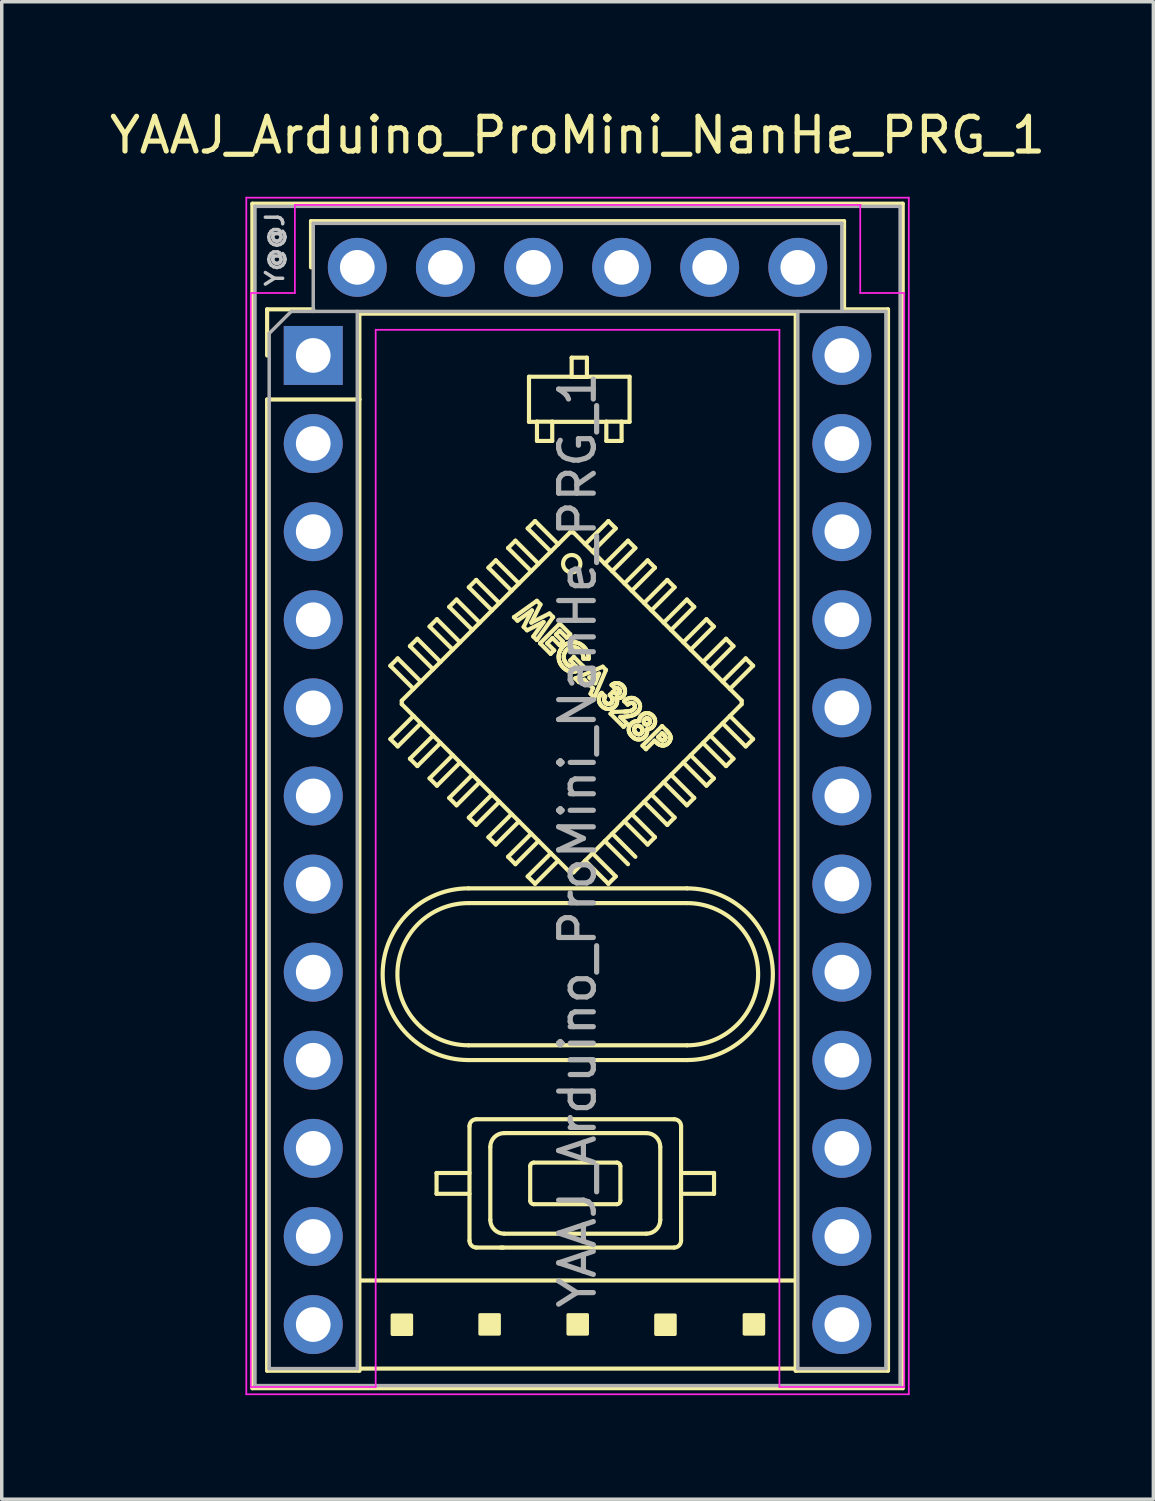
<source format=kicad_pcb>
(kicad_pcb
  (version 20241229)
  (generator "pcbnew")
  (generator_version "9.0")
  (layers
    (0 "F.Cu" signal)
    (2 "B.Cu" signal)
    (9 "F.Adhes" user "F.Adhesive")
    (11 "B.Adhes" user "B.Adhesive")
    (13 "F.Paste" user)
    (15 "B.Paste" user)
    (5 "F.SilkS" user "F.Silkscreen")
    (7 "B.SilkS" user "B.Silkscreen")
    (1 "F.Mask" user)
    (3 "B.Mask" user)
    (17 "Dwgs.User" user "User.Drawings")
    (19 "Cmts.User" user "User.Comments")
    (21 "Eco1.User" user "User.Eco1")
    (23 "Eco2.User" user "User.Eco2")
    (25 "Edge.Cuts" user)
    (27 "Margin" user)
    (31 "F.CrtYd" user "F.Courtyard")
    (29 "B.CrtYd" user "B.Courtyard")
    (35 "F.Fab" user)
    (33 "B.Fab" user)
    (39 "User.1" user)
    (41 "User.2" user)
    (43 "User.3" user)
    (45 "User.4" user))
  (footprint "YAAJ_Arduino_ProMini_NanHe_PRG_1"
    (layer "F.Cu")
    (at 5.981 7.198)
    (property "Reference" "YAAJ_Arduino_ProMini_NanHe_PRG_1" (at 7.62 -6.35 180) (layer "F.SilkS") (effects (font (size 1 1) (thickness 0.15))))
    (attr through_hole)
    (fp_line (start -1.755 -4.375) (end 16.995 -4.375) (stroke (width 0.12) (type solid)) (layer "F.SilkS"))
    (fp_line (start -1.755 29.775) (end -1.755 -4.375) (stroke (width 0.12) (type solid)) (layer "F.SilkS"))
    (fp_line (start -1.755 29.775) (end 16.995 29.775) (stroke (width 0.12) (type solid)) (layer "F.SilkS"))
    (fp_line (start -1.33 -1.33) (end 0 -1.33) (stroke (width 0.12) (type solid)) (layer "F.SilkS"))
    (fp_line (start -1.33 0) (end -1.33 -1.33) (stroke (width 0.12) (type solid)) (layer "F.SilkS"))
    (fp_line (start -1.33 1.27) (end -1.33 29.27) (stroke (width 0.12) (type solid)) (layer "F.SilkS"))
    (fp_line (start -1.33 1.27) (end 1.33 1.27) (stroke (width 0.12) (type solid)) (layer "F.SilkS"))
    (fp_line (start -1.33 29.27) (end 1.33 29.27) (stroke (width 0.12) (type solid)) (layer "F.SilkS"))
    (fp_line (start -0.064 -3.873) (end 15.303 -3.873) (stroke (width 0.12) (type solid)) (layer "F.SilkS"))
    (fp_line (start -0.064 -2.54) (end -0.064 -3.873) (stroke (width 0.12) (type solid)) (layer "F.SilkS"))
    (fp_line (start 1.33 1.27) (end 1.33 -1.206) (stroke (width 0.12) (type solid)) (layer "F.SilkS"))
    (fp_line (start 1.33 1.27) (end 1.33 29.27) (stroke (width 0.12) (type solid)) (layer "F.SilkS"))
    (fp_line (start 1.33 26.67) (end 13.91 26.67) (stroke (width 0.12) (type solid)) (layer "F.SilkS"))
    (fp_line (start 2.223 8.946) (end 2.435 8.734) (stroke (width 0.12) (type solid)) (layer "F.SilkS"))
    (fp_line (start 2.223 8.946) (end 2.891 9.614) (stroke (width 0.12) (type solid)) (layer "F.SilkS"))
    (fp_line (start 2.223 11.06) (end 2.435 11.272) (stroke (width 0.12) (type solid)) (layer "F.SilkS"))
    (fp_line (start 2.223 11.06) (end 2.891 10.392) (stroke (width 0.12) (type solid)) (layer "F.SilkS"))
    (fp_line (start 2.435 8.734) (end 3.103 9.402) (stroke (width 0.12) (type solid)) (layer "F.SilkS"))
    (fp_line (start 2.435 11.272) (end 3.103 10.604) (stroke (width 0.12) (type solid)) (layer "F.SilkS"))
    (fp_line (start 2.552 10.053) (end 2.552 9.953) (stroke (width 0.12) (type solid)) (layer "F.SilkS"))
    (fp_line (start 2.788 8.38) (end 3.001 8.168) (stroke (width 0.12) (type solid)) (layer "F.SilkS"))
    (fp_line (start 2.788 8.38) (end 3.457 9.049) (stroke (width 0.12) (type solid)) (layer "F.SilkS"))
    (fp_line (start 2.788 11.626) (end 3.001 11.838) (stroke (width 0.12) (type solid)) (layer "F.SilkS"))
    (fp_line (start 2.788 11.626) (end 3.457 10.958) (stroke (width 0.12) (type solid)) (layer "F.SilkS"))
    (fp_line (start 3.001 8.168) (end 3.669 8.836) (stroke (width 0.12) (type solid)) (layer "F.SilkS"))
    (fp_line (start 3.001 11.838) (end 3.669 11.17) (stroke (width 0.12) (type solid)) (layer "F.SilkS"))
    (fp_line (start 3.354 7.815) (end 3.566 7.603) (stroke (width 0.12) (type solid)) (layer "F.SilkS"))
    (fp_line (start 3.354 7.815) (end 4.022 8.483) (stroke (width 0.12) (type solid)) (layer "F.SilkS"))
    (fp_line (start 3.354 12.192) (end 3.566 12.404) (stroke (width 0.12) (type solid)) (layer "F.SilkS"))
    (fp_line (start 3.354 12.192) (end 4.022 11.523) (stroke (width 0.12) (type solid)) (layer "F.SilkS"))
    (fp_line (start 3.555 23.57) (end 4.505 23.57) (stroke (width 0.12) (type solid)) (layer "F.SilkS"))
    (fp_line (start 3.555 24.17) (end 3.555 23.57) (stroke (width 0.12) (type solid)) (layer "F.SilkS"))
    (fp_line (start 3.555 24.17) (end 4.505 24.17) (stroke (width 0.12) (type solid)) (layer "F.SilkS"))
    (fp_line (start 3.566 7.603) (end 4.234 8.271) (stroke (width 0.12) (type solid)) (layer "F.SilkS"))
    (fp_line (start 3.566 12.404) (end 4.234 11.736) (stroke (width 0.12) (type solid)) (layer "F.SilkS"))
    (fp_line (start 3.92 7.249) (end 4.132 7.037) (stroke (width 0.12) (type solid)) (layer "F.SilkS"))
    (fp_line (start 3.92 7.249) (end 4.588 7.917) (stroke (width 0.12) (type solid)) (layer "F.SilkS"))
    (fp_line (start 3.92 12.757) (end 4.132 12.97) (stroke (width 0.12) (type solid)) (layer "F.SilkS"))
    (fp_line (start 3.92 12.757) (end 4.588 12.089) (stroke (width 0.12) (type solid)) (layer "F.SilkS"))
    (fp_line (start 4.132 7.037) (end 4.8 7.705) (stroke (width 0.12) (type solid)) (layer "F.SilkS"))
    (fp_line (start 4.132 12.97) (end 4.8 12.301) (stroke (width 0.12) (type solid)) (layer "F.SilkS"))
    (fp_line (start 4.476 15.789) (end 10.776 15.789) (stroke (width 0.12) (type solid)) (layer "F.SilkS"))
    (fp_line (start 4.476 20.314) (end 10.776 20.314) (stroke (width 0.12) (type solid)) (layer "F.SilkS"))
    (fp_line (start 4.486 6.683) (end 4.698 6.471) (stroke (width 0.12) (type solid)) (layer "F.SilkS"))
    (fp_line (start 4.486 6.683) (end 5.154 7.352) (stroke (width 0.12) (type solid)) (layer "F.SilkS"))
    (fp_line (start 4.486 13.323) (end 4.698 13.535) (stroke (width 0.12) (type solid)) (layer "F.SilkS"))
    (fp_line (start 4.486 13.323) (end 5.154 12.655) (stroke (width 0.12) (type solid)) (layer "F.SilkS"))
    (fp_line (start 4.505 25.52) (end 4.505 22.22) (stroke (width 0.12) (type solid)) (layer "F.SilkS"))
    (fp_line (start 4.698 6.471) (end 5.366 7.139) (stroke (width 0.12) (type solid)) (layer "F.SilkS"))
    (fp_line (start 4.698 13.535) (end 5.366 12.867) (stroke (width 0.12) (type solid)) (layer "F.SilkS"))
    (fp_line (start 4.705 22.02) (end 10.405 22.02) (stroke (width 0.12) (type solid)) (layer "F.SilkS"))
    (fp_line (start 5.051 6.118) (end 5.263 5.906) (stroke (width 0.12) (type solid)) (layer "F.SilkS"))
    (fp_line (start 5.051 6.118) (end 5.719 6.786) (stroke (width 0.12) (type solid)) (layer "F.SilkS"))
    (fp_line (start 5.051 13.889) (end 5.263 14.101) (stroke (width 0.12) (type solid)) (layer "F.SilkS"))
    (fp_line (start 5.051 13.889) (end 5.719 13.221) (stroke (width 0.12) (type solid)) (layer "F.SilkS"))
    (fp_line (start 5.105 24.92) (end 5.105 22.82) (stroke (width 0.12) (type solid)) (layer "F.SilkS"))
    (fp_line (start 5.263 5.906) (end 5.932 6.574) (stroke (width 0.12) (type solid)) (layer "F.SilkS"))
    (fp_line (start 5.263 14.101) (end 5.932 13.433) (stroke (width 0.12) (type solid)) (layer "F.SilkS"))
    (fp_line (start 5.403 25.721) (end 5.423 25.721) (stroke (width 0.12) (type solid)) (layer "F.SilkS"))
    (fp_line (start 5.453 25.721) (end 5.48 25.721) (stroke (width 0.12) (type solid)) (layer "F.SilkS"))
    (fp_line (start 5.505 22.42) (end 9.605 22.42) (stroke (width 0.12) (type solid)) (layer "F.SilkS"))
    (fp_line (start 5.617 5.552) (end 5.829 5.34) (stroke (width 0.12) (type solid)) (layer "F.SilkS"))
    (fp_line (start 5.617 5.552) (end 6.285 6.22) (stroke (width 0.12) (type solid)) (layer "F.SilkS"))
    (fp_line (start 5.617 14.454) (end 5.829 14.667) (stroke (width 0.12) (type solid)) (layer "F.SilkS"))
    (fp_line (start 5.617 14.454) (end 6.285 13.786) (stroke (width 0.12) (type solid)) (layer "F.SilkS"))
    (fp_line (start 5.786 7.545) (end 6.447 7.074) (stroke (width 0.12) (type solid)) (layer "F.SilkS"))
    (fp_line (start 5.829 5.34) (end 6.497 6.008) (stroke (width 0.12) (type solid)) (layer "F.SilkS"))
    (fp_line (start 5.829 14.667) (end 6.497 13.998) (stroke (width 0.12) (type solid)) (layer "F.SilkS"))
    (fp_line (start 5.888 7.647) (end 5.786 7.545) (stroke (width 0.12) (type solid)) (layer "F.SilkS"))
    (fp_line (start 6.066 7.825) (end 6.306 7.35) (stroke (width 0.12) (type solid)) (layer "F.SilkS"))
    (fp_line (start 6.165 7.924) (end 6.066 7.825) (stroke (width 0.12) (type solid)) (layer "F.SilkS"))
    (fp_line (start 6.183 4.986) (end 6.395 4.774) (stroke (width 0.12) (type solid)) (layer "F.SilkS"))
    (fp_line (start 6.183 4.986) (end 6.851 5.654) (stroke (width 0.12) (type solid)) (layer "F.SilkS"))
    (fp_line (start 6.183 15.02) (end 6.395 15.232) (stroke (width 0.12) (type solid)) (layer "F.SilkS"))
    (fp_line (start 6.183 15.02) (end 6.851 14.352) (stroke (width 0.12) (type solid)) (layer "F.SilkS"))
    (fp_line (start 6.22 0.614) (end 7.45 0.614) (stroke (width 0.12) (type solid)) (layer "F.SilkS"))
    (fp_line (start 6.22 1.914) (end 6.22 0.614) (stroke (width 0.12) (type solid)) (layer "F.SilkS"))
    (fp_line (start 6.22 1.914) (end 6.45 1.914) (stroke (width 0.12) (type solid)) (layer "F.SilkS"))
    (fp_line (start 6.255 24.37) (end 6.255 23.37) (stroke (width 0.12) (type solid)) (layer "F.SilkS"))
    (fp_line (start 6.287 7.703) (end 6.811 7.439) (stroke (width 0.12) (type solid)) (layer "F.SilkS"))
    (fp_line (start 6.306 7.35) (end 5.888 7.647) (stroke (width 0.12) (type solid)) (layer "F.SilkS"))
    (fp_line (start 6.343 8.102) (end 6.64 7.684) (stroke (width 0.12) (type solid)) (layer "F.SilkS"))
    (fp_line (start 6.355 23.27) (end 8.755 23.27) (stroke (width 0.12) (type solid)) (layer "F.SilkS"))
    (fp_line (start 6.395 4.774) (end 7.063 5.442) (stroke (width 0.12) (type solid)) (layer "F.SilkS"))
    (fp_line (start 6.395 15.232) (end 7.063 14.564) (stroke (width 0.12) (type solid)) (layer "F.SilkS"))
    (fp_line (start 6.446 8.204) (end 6.343 8.102) (stroke (width 0.12) (type solid)) (layer "F.SilkS"))
    (fp_line (start 6.447 7.074) (end 6.552 7.18) (stroke (width 0.12) (type solid)) (layer "F.SilkS"))
    (fp_line (start 6.45 2.464) (end 6.45 1.909) (stroke (width 0.12) (type solid)) (layer "F.SilkS"))
    (fp_line (start 6.54 8.299) (end 7.106 7.733) (stroke (width 0.12) (type solid)) (layer "F.SilkS"))
    (fp_line (start 6.552 7.18) (end 6.287 7.703) (stroke (width 0.12) (type solid)) (layer "F.SilkS"))
    (fp_line (start 6.64 7.684) (end 6.165 7.924) (stroke (width 0.12) (type solid)) (layer "F.SilkS"))
    (fp_line (start 6.743 8.299) (end 6.946 8.502) (stroke (width 0.12) (type solid)) (layer "F.SilkS"))
    (fp_line (start 6.811 7.439) (end 6.916 7.543) (stroke (width 0.12) (type solid)) (layer "F.SilkS"))
    (fp_line (start 6.844 8.603) (end 6.54 8.299) (stroke (width 0.12) (type solid)) (layer "F.SilkS"))
    (fp_line (start 6.89 1.909) (end 6.45 1.909) (stroke (width 0.12) (type solid)) (layer "F.SilkS"))
    (fp_line (start 6.89 1.914) (end 8.45 1.914) (stroke (width 0.12) (type solid)) (layer "F.SilkS"))
    (fp_line (start 6.89 2.464) (end 6.45 2.464) (stroke (width 0.12) (type solid)) (layer "F.SilkS"))
    (fp_line (start 6.89 2.464) (end 6.89 1.909) (stroke (width 0.12) (type solid)) (layer "F.SilkS"))
    (fp_line (start 6.895 8.146) (end 6.743 8.299) (stroke (width 0.12) (type solid)) (layer "F.SilkS"))
    (fp_line (start 6.916 7.543) (end 6.446 8.204) (stroke (width 0.12) (type solid)) (layer "F.SilkS"))
    (fp_line (start 6.946 8.502) (end 6.844 8.603) (stroke (width 0.12) (type solid)) (layer "F.SilkS"))
    (fp_line (start 6.997 8.045) (end 7.2 8.248) (stroke (width 0.12) (type solid)) (layer "F.SilkS"))
    (fp_line (start 7.098 8.35) (end 6.895 8.146) (stroke (width 0.12) (type solid)) (layer "F.SilkS"))
    (fp_line (start 7.106 7.733) (end 7.41 8.038) (stroke (width 0.12) (type solid)) (layer "F.SilkS"))
    (fp_line (start 7.106 7.936) (end 6.997 8.045) (stroke (width 0.12) (type solid)) (layer "F.SilkS"))
    (fp_line (start 7.2 8.248) (end 7.098 8.35) (stroke (width 0.12) (type solid)) (layer "F.SilkS"))
    (fp_line (start 7.309 8.139) (end 7.106 7.936) (stroke (width 0.12) (type solid)) (layer "F.SilkS"))
    (fp_line (start 7.402 5.103) (end 2.552 9.953) (stroke (width 0.12) (type solid)) (layer "F.SilkS"))
    (fp_line (start 7.402 14.903) (end 2.552 10.053) (stroke (width 0.12) (type solid)) (layer "F.SilkS"))
    (fp_line (start 7.402 14.903) (end 7.502 14.903) (stroke (width 0.12) (type solid)) (layer "F.SilkS"))
    (fp_line (start 7.41 8.038) (end 7.309 8.139) (stroke (width 0.12) (type solid)) (layer "F.SilkS"))
    (fp_line (start 7.41 8.792) (end 7.512 8.69) (stroke (width 0.12) (type solid)) (layer "F.SilkS"))
    (fp_line (start 7.45 0.619) (end 7.45 0.064) (stroke (width 0.12) (type solid)) (layer "F.SilkS"))
    (fp_line (start 7.502 5.103) (end 7.402 5.103) (stroke (width 0.12) (type solid)) (layer "F.SilkS"))
    (fp_line (start 7.512 8.69) (end 7.794 8.972) (stroke (width 0.12) (type solid)) (layer "F.SilkS"))
    (fp_line (start 7.552 9.31) (end 8.346 8.973) (stroke (width 0.12) (type solid)) (layer "F.SilkS"))
    (fp_line (start 7.572 8.954) (end 7.41 8.792) (stroke (width 0.12) (type solid)) (layer "F.SilkS"))
    (fp_line (start 7.66 9.419) (end 7.552 9.31) (stroke (width 0.12) (type solid)) (layer "F.SilkS"))
    (fp_line (start 7.794 8.972) (end 7.77 8.997) (stroke (width 0.12) (type solid)) (layer "F.SilkS"))
    (fp_line (start 7.82 9.347) (end 7.66 9.419) (stroke (width 0.12) (type solid)) (layer "F.SilkS"))
    (fp_line (start 7.89 0.064) (end 7.45 0.064) (stroke (width 0.12) (type solid)) (layer "F.SilkS"))
    (fp_line (start 7.89 0.614) (end 9.12 0.614) (stroke (width 0.12) (type solid)) (layer "F.SilkS"))
    (fp_line (start 7.89 0.619) (end 7.45 0.619) (stroke (width 0.12) (type solid)) (layer "F.SilkS"))
    (fp_line (start 7.89 0.619) (end 7.89 0.064) (stroke (width 0.12) (type solid)) (layer "F.SilkS"))
    (fp_line (start 7.94 8.748) (end 7.79 8.744) (stroke (width 0.12) (type solid)) (layer "F.SilkS"))
    (fp_line (start 7.96 9.284) (end 8.129 9.453) (stroke (width 0.12) (type solid)) (layer "F.SilkS"))
    (fp_line (start 7.994 9.753) (end 8.066 9.593) (stroke (width 0.12) (type solid)) (layer "F.SilkS"))
    (fp_line (start 8.066 9.593) (end 7.82 9.347) (stroke (width 0.12) (type solid)) (layer "F.SilkS"))
    (fp_line (start 8.103 9.862) (end 7.994 9.753) (stroke (width 0.12) (type solid)) (layer "F.SilkS"))
    (fp_line (start 8.129 9.453) (end 8.241 9.172) (stroke (width 0.12) (type solid)) (layer "F.SilkS"))
    (fp_line (start 8.241 9.172) (end 7.96 9.284) (stroke (width 0.12) (type solid)) (layer "F.SilkS"))
    (fp_line (start 8.317 9.727) (end 8.418 9.829) (stroke (width 0.12) (type solid)) (layer "F.SilkS"))
    (fp_line (start 8.346 8.973) (end 8.44 9.068) (stroke (width 0.12) (type solid)) (layer "F.SilkS"))
    (fp_line (start 8.44 9.068) (end 8.103 9.862) (stroke (width 0.12) (type solid)) (layer "F.SilkS"))
    (fp_line (start 8.45 2.464) (end 8.45 1.909) (stroke (width 0.12) (type solid)) (layer "F.SilkS"))
    (fp_line (start 8.509 4.774) (end 7.841 5.442) (stroke (width 0.12) (type solid)) (layer "F.SilkS"))
    (fp_line (start 8.509 4.774) (end 8.721 4.986) (stroke (width 0.12) (type solid)) (layer "F.SilkS"))
    (fp_line (start 8.509 15.232) (end 7.841 14.564) (stroke (width 0.12) (type solid)) (layer "F.SilkS"))
    (fp_line (start 8.509 15.232) (end 8.721 15.02) (stroke (width 0.12) (type solid)) (layer "F.SilkS"))
    (fp_line (start 8.549 9.785) (end 8.643 9.691) (stroke (width 0.12) (type solid)) (layer "F.SilkS"))
    (fp_line (start 8.57 10.329) (end 8.622 10.278) (stroke (width 0.12) (type solid)) (layer "F.SilkS"))
    (fp_line (start 8.622 10.278) (end 8.968 10.267) (stroke (width 0.12) (type solid)) (layer "F.SilkS"))
    (fp_line (start 8.701 9.604) (end 8.599 9.503) (stroke (width 0.12) (type solid)) (layer "F.SilkS"))
    (fp_line (start 8.721 4.986) (end 8.053 5.654) (stroke (width 0.12) (type solid)) (layer "F.SilkS"))
    (fp_line (start 8.721 15.02) (end 8.053 14.352) (stroke (width 0.12) (type solid)) (layer "F.SilkS"))
    (fp_line (start 8.755 24.47) (end 6.355 24.47) (stroke (width 0.12) (type solid)) (layer "F.SilkS"))
    (fp_line (start 8.852 10.422) (end 9.042 10.612) (stroke (width 0.12) (type solid)) (layer "F.SilkS"))
    (fp_line (start 8.855 23.37) (end 8.855 24.37) (stroke (width 0.12) (type solid)) (layer "F.SilkS"))
    (fp_line (start 8.89 1.909) (end 8.45 1.909) (stroke (width 0.12) (type solid)) (layer "F.SilkS"))
    (fp_line (start 8.89 1.914) (end 9.12 1.914) (stroke (width 0.12) (type solid)) (layer "F.SilkS"))
    (fp_line (start 8.89 2.464) (end 8.45 2.464) (stroke (width 0.12) (type solid)) (layer "F.SilkS"))
    (fp_line (start 8.89 2.464) (end 8.89 1.909) (stroke (width 0.12) (type solid)) (layer "F.SilkS"))
    (fp_line (start 8.948 10.707) (end 8.57 10.329) (stroke (width 0.12) (type solid)) (layer "F.SilkS"))
    (fp_line (start 8.978 10.413) (end 8.852 10.422) (stroke (width 0.12) (type solid)) (layer "F.SilkS"))
    (fp_line (start 9.042 10.612) (end 8.948 10.707) (stroke (width 0.12) (type solid)) (layer "F.SilkS"))
    (fp_line (start 9.064 10.068) (end 8.962 9.967) (stroke (width 0.12) (type solid)) (layer "F.SilkS"))
    (fp_line (start 9.075 5.34) (end 8.406 6.008) (stroke (width 0.12) (type solid)) (layer "F.SilkS"))
    (fp_line (start 9.075 5.34) (end 9.287 5.552) (stroke (width 0.12) (type solid)) (layer "F.SilkS"))
    (fp_line (start 9.075 14.667) (end 8.406 13.998) (stroke (width 0.12) (type solid)) (layer "F.SilkS"))
    (fp_line (start 9.12 1.914) (end 9.12 0.614) (stroke (width 0.12) (type solid)) (layer "F.SilkS"))
    (fp_line (start 9.287 5.552) (end 8.619 6.22) (stroke (width 0.12) (type solid)) (layer "F.SilkS"))
    (fp_line (start 9.287 14.454) (end 8.619 13.786) (stroke (width 0.12) (type solid)) (layer "F.SilkS"))
    (fp_line (start 9.492 11.25) (end 10.057 10.685) (stroke (width 0.12) (type solid)) (layer "F.SilkS"))
    (fp_line (start 9.593 11.352) (end 9.492 11.25) (stroke (width 0.12) (type solid)) (layer "F.SilkS"))
    (fp_line (start 9.605 25.32) (end 5.505 25.32) (stroke (width 0.12) (type solid)) (layer "F.SilkS"))
    (fp_line (start 9.64 5.906) (end 8.972 6.574) (stroke (width 0.12) (type solid)) (layer "F.SilkS"))
    (fp_line (start 9.64 5.906) (end 9.852 6.118) (stroke (width 0.12) (type solid)) (layer "F.SilkS"))
    (fp_line (start 9.64 14.101) (end 8.972 13.433) (stroke (width 0.12) (type solid)) (layer "F.SilkS"))
    (fp_line (start 9.64 14.101) (end 9.852 13.889) (stroke (width 0.12) (type solid)) (layer "F.SilkS"))
    (fp_line (start 9.84 11.105) (end 9.593 11.352) (stroke (width 0.12) (type solid)) (layer "F.SilkS"))
    (fp_line (start 9.852 6.118) (end 9.184 6.786) (stroke (width 0.12) (type solid)) (layer "F.SilkS"))
    (fp_line (start 9.852 13.889) (end 9.184 13.221) (stroke (width 0.12) (type solid)) (layer "F.SilkS"))
    (fp_line (start 9.941 11.004) (end 9.977 11.04) (stroke (width 0.12) (type solid)) (layer "F.SilkS"))
    (fp_line (start 10.005 22.82) (end 10.005 24.92) (stroke (width 0.12) (type solid)) (layer "F.SilkS"))
    (fp_line (start 10.057 10.685) (end 10.171 10.798) (stroke (width 0.12) (type solid)) (layer "F.SilkS"))
    (fp_line (start 10.057 10.888) (end 9.941 11.004) (stroke (width 0.12) (type solid)) (layer "F.SilkS"))
    (fp_line (start 10.089 10.92) (end 10.057 10.888) (stroke (width 0.12) (type solid)) (layer "F.SilkS"))
    (fp_line (start 10.206 6.471) (end 9.538 7.139) (stroke (width 0.12) (type solid)) (layer "F.SilkS"))
    (fp_line (start 10.206 6.471) (end 10.418 6.683) (stroke (width 0.12) (type solid)) (layer "F.SilkS"))
    (fp_line (start 10.206 13.535) (end 9.538 12.867) (stroke (width 0.12) (type solid)) (layer "F.SilkS"))
    (fp_line (start 10.206 13.535) (end 10.418 13.323) (stroke (width 0.12) (type solid)) (layer "F.SilkS"))
    (fp_line (start 10.405 25.72) (end 4.705 25.72) (stroke (width 0.12) (type solid)) (layer "F.SilkS"))
    (fp_line (start 10.418 6.683) (end 9.75 7.352) (stroke (width 0.12) (type solid)) (layer "F.SilkS"))
    (fp_line (start 10.418 13.323) (end 9.75 12.655) (stroke (width 0.12) (type solid)) (layer "F.SilkS"))
    (fp_line (start 10.605 22.22) (end 10.605 25.52) (stroke (width 0.12) (type solid)) (layer "F.SilkS"))
    (fp_line (start 10.772 7.037) (end 10.103 7.705) (stroke (width 0.12) (type solid)) (layer "F.SilkS"))
    (fp_line (start 10.772 7.037) (end 10.984 7.249) (stroke (width 0.12) (type solid)) (layer "F.SilkS"))
    (fp_line (start 10.772 12.97) (end 10.103 12.301) (stroke (width 0.12) (type solid)) (layer "F.SilkS"))
    (fp_line (start 10.772 12.97) (end 10.984 12.757) (stroke (width 0.12) (type solid)) (layer "F.SilkS"))
    (fp_line (start 10.776 15.364) (end 4.476 15.364) (stroke (width 0.12) (type solid)) (layer "F.SilkS"))
    (fp_line (start 10.776 19.889) (end 4.476 19.889) (stroke (width 0.12) (type solid)) (layer "F.SilkS"))
    (fp_line (start 10.984 7.249) (end 10.316 7.917) (stroke (width 0.12) (type solid)) (layer "F.SilkS"))
    (fp_line (start 10.984 12.757) (end 10.316 12.089) (stroke (width 0.12) (type solid)) (layer "F.SilkS"))
    (fp_line (start 11.337 7.603) (end 10.669 8.271) (stroke (width 0.12) (type solid)) (layer "F.SilkS"))
    (fp_line (start 11.337 7.603) (end 11.55 7.815) (stroke (width 0.12) (type solid)) (layer "F.SilkS"))
    (fp_line (start 11.337 12.404) (end 10.669 11.736) (stroke (width 0.12) (type solid)) (layer "F.SilkS"))
    (fp_line (start 11.337 12.404) (end 11.55 12.192) (stroke (width 0.12) (type solid)) (layer "F.SilkS"))
    (fp_line (start 11.55 7.815) (end 10.881 8.483) (stroke (width 0.12) (type solid)) (layer "F.SilkS"))
    (fp_line (start 11.55 12.192) (end 10.881 11.523) (stroke (width 0.12) (type solid)) (layer "F.SilkS"))
    (fp_line (start 11.555 23.57) (end 10.605 23.57) (stroke (width 0.12) (type solid)) (layer "F.SilkS"))
    (fp_line (start 11.555 24.17) (end 10.605 24.17) (stroke (width 0.12) (type solid)) (layer "F.SilkS"))
    (fp_line (start 11.555 24.17) (end 11.555 23.57) (stroke (width 0.12) (type solid)) (layer "F.SilkS"))
    (fp_line (start 11.903 8.168) (end 11.235 8.836) (stroke (width 0.12) (type solid)) (layer "F.SilkS"))
    (fp_line (start 11.903 8.168) (end 12.115 8.38) (stroke (width 0.12) (type solid)) (layer "F.SilkS"))
    (fp_line (start 11.903 11.838) (end 11.235 11.17) (stroke (width 0.12) (type solid)) (layer "F.SilkS"))
    (fp_line (start 11.903 11.838) (end 12.115 11.626) (stroke (width 0.12) (type solid)) (layer "F.SilkS"))
    (fp_line (start 12.115 8.38) (end 11.447 9.049) (stroke (width 0.12) (type solid)) (layer "F.SilkS"))
    (fp_line (start 12.115 11.626) (end 11.447 10.958) (stroke (width 0.12) (type solid)) (layer "F.SilkS"))
    (fp_line (start 12.352 9.953) (end 7.502 5.103) (stroke (width 0.12) (type solid)) (layer "F.SilkS"))
    (fp_line (start 12.352 9.953) (end 12.352 10.053) (stroke (width 0.12) (type solid)) (layer "F.SilkS"))
    (fp_line (start 12.352 10.053) (end 7.502 14.903) (stroke (width 0.12) (type solid)) (layer "F.SilkS"))
    (fp_line (start 12.469 8.734) (end 11.801 9.402) (stroke (width 0.12) (type solid)) (layer "F.SilkS"))
    (fp_line (start 12.469 8.734) (end 12.681 8.946) (stroke (width 0.12) (type solid)) (layer "F.SilkS"))
    (fp_line (start 12.469 11.272) (end 11.801 10.604) (stroke (width 0.12) (type solid)) (layer "F.SilkS"))
    (fp_line (start 12.469 11.272) (end 12.681 11.06) (stroke (width 0.12) (type solid)) (layer "F.SilkS"))
    (fp_line (start 12.681 8.946) (end 12.013 9.614) (stroke (width 0.12) (type solid)) (layer "F.SilkS"))
    (fp_line (start 12.681 11.06) (end 12.013 10.392) (stroke (width 0.12) (type solid)) (layer "F.SilkS"))
    (fp_line (start 13.91 -1.206) (end 1.33 -1.206) (stroke (width 0.12) (type solid)) (layer "F.SilkS"))
    (fp_line (start 13.91 -1.206) (end 13.91 29.27) (stroke (width 0.12) (type solid)) (layer "F.SilkS"))
    (fp_line (start 13.91 29.21) (end 1.33 29.21) (stroke (width 0.12) (type solid)) (layer "F.SilkS"))
    (fp_line (start 13.91 29.27) (end 16.57 29.27) (stroke (width 0.12) (type solid)) (layer "F.SilkS"))
    (fp_line (start 15.303 -3.873) (end 15.303 -1.33) (stroke (width 0.12) (type solid)) (layer "F.SilkS"))
    (fp_line (start 15.303 -1.33) (end 16.57 -1.33) (stroke (width 0.12) (type solid)) (layer "F.SilkS"))
    (fp_line (start 16.57 -1.33) (end 16.57 29.27) (stroke (width 0.12) (type solid)) (layer "F.SilkS"))
    (fp_line (start 16.995 -4.375) (end 16.995 29.775) (stroke (width 0.12) (type solid)) (layer "F.SilkS"))
    (fp_arc (start 4.476325 19.888864) (mid 2.426325 17.838864) (end 4.476325 15.788864) (stroke (width 0.12) (type solid)) (layer "F.SilkS"))
    (fp_arc (start 4.476325 20.313864) (mid 2.001325 17.838864) (end 4.476325 15.363864) (stroke (width 0.12) (type solid)) (layer "F.SilkS"))
    (fp_arc (start 4.504883 22.219978) (mid 4.563462 22.078557) (end 4.704883 22.019978) (stroke (width 0.12) (type solid)) (layer "F.SilkS"))
    (fp_arc (start 4.704883 25.719978) (mid 4.563462 25.661399) (end 4.504883 25.519978) (stroke (width 0.12) (type solid)) (layer "F.SilkS"))
    (fp_arc (start 5.104883 22.819978) (mid 5.22204 22.537135) (end 5.504883 22.419978) (stroke (width 0.12) (type solid)) (layer "F.SilkS"))
    (fp_arc (start 5.504883 25.319978) (mid 5.22204 25.202821) (end 5.104883 24.919978) (stroke (width 0.12) (type solid)) (layer "F.SilkS"))
    (fp_arc (start 6.254883 23.369978) (mid 6.284172 23.299267) (end 6.354883 23.269978) (stroke (width 0.12) (type solid)) (layer "F.SilkS"))
    (fp_arc (start 6.354883 24.469978) (mid 6.284172 24.440689) (end 6.254883 24.369978) (stroke (width 0.12) (type solid)) (layer "F.SilkS"))
    (fp_arc (start 8.754883 23.269978) (mid 8.825594 23.299267) (end 8.854883 23.369978) (stroke (width 0.12) (type solid)) (layer "F.SilkS"))
    (fp_arc (start 8.854883 24.369978) (mid 8.825594 24.440689) (end 8.754883 24.469978) (stroke (width 0.12) (type solid)) (layer "F.SilkS"))
    (fp_arc (start 9.604883 22.419978) (mid 9.887726 22.537135) (end 10.004883 22.819978) (stroke (width 0.12) (type solid)) (layer "F.SilkS"))
    (fp_arc (start 10.004883 24.919978) (mid 9.887726 25.202821) (end 9.604883 25.319978) (stroke (width 0.12) (type solid)) (layer "F.SilkS"))
    (fp_arc (start 10.404883 22.019978) (mid 10.546304 22.078557) (end 10.604883 22.219978) (stroke (width 0.12) (type solid)) (layer "F.SilkS"))
    (fp_arc (start 10.604883 25.519978) (mid 10.546304 25.661399) (end 10.404883 25.719978) (stroke (width 0.12) (type solid)) (layer "F.SilkS"))
    (fp_arc (start 10.776325 15.363864) (mid 13.251325 17.838864) (end 10.776325 20.313864) (stroke (width 0.12) (type solid)) (layer "F.SilkS"))
    (fp_arc (start 10.776325 15.788864) (mid 12.826325 17.838864) (end 10.776325 19.888864) (stroke (width 0.12) (type solid)) (layer "F.SilkS"))
    (fp_circle (center 7.452 6.003) (end 7.702 6.003) (stroke (width 0.12) (type solid)) (fill no) (layer "F.SilkS"))
    (fp_poly (pts (xy 2.83 28.22) (xy 2.28 28.22) (xy 2.28 27.67) (xy 2.83 27.67)) (stroke (width 0.1) (type solid)) (fill yes) (layer "F.SilkS"))
    (fp_poly (pts (xy 5.36 28.21) (xy 4.81 28.21) (xy 4.81 27.66) (xy 5.36 27.66)) (stroke (width 0.1) (type solid)) (fill yes) (layer "F.SilkS"))
    (fp_poly (pts (xy 7.9 28.21) (xy 7.35 28.21) (xy 7.35 27.66) (xy 7.9 27.66)) (stroke (width 0.1) (type solid)) (fill yes) (layer "F.SilkS"))
    (fp_poly (pts (xy 10.43 28.22) (xy 9.88 28.22) (xy 9.88 27.67) (xy 10.43 27.67)) (stroke (width 0.1) (type solid)) (fill yes) (layer "F.SilkS"))
    (fp_poly (pts (xy 12.98 28.21) (xy 12.43 28.21) (xy 12.43 27.66) (xy 12.98 27.66)) (stroke (width 0.1) (type solid)) (fill yes) (layer "F.SilkS"))
    (fp_curve (pts (xy 7.075 8.693) (xy 7.075 8.684) (xy 7.075 8.675) (xy 7.076 8.666)) (stroke (width 0.12) (type solid)) (layer "F.SilkS"))
    (fp_curve (pts (xy 7.076 8.666) (xy 7.076 8.657) (xy 7.077 8.647) (xy 7.078 8.638)) (stroke (width 0.12) (type solid)) (layer "F.SilkS"))
    (fp_curve (pts (xy 7.076 8.72) (xy 7.075 8.711) (xy 7.075 8.702) (xy 7.075 8.693)) (stroke (width 0.12) (type solid)) (layer "F.SilkS"))
    (fp_curve (pts (xy 7.078 8.638) (xy 7.08 8.629) (xy 7.081 8.62) (xy 7.083 8.611)) (stroke (width 0.12) (type solid)) (layer "F.SilkS"))
    (fp_curve (pts (xy 7.079 8.747) (xy 7.077 8.739) (xy 7.076 8.729) (xy 7.076 8.72)) (stroke (width 0.12) (type solid)) (layer "F.SilkS"))
    (fp_curve (pts (xy 7.083 8.611) (xy 7.085 8.602) (xy 7.087 8.592) (xy 7.09 8.583)) (stroke (width 0.12) (type solid)) (layer "F.SilkS"))
    (fp_curve (pts (xy 7.083 8.774) (xy 7.081 8.766) (xy 7.08 8.757) (xy 7.079 8.747)) (stroke (width 0.12) (type solid)) (layer "F.SilkS"))
    (fp_curve (pts (xy 7.09 8.583) (xy 7.093 8.574) (xy 7.095 8.565) (xy 7.098 8.556)) (stroke (width 0.12) (type solid)) (layer "F.SilkS"))
    (fp_curve (pts (xy 7.09 8.801) (xy 7.087 8.792) (xy 7.085 8.783) (xy 7.083 8.774)) (stroke (width 0.12) (type solid)) (layer "F.SilkS"))
    (fp_curve (pts (xy 7.098 8.556) (xy 7.102 8.547) (xy 7.105 8.538) (xy 7.109 8.529)) (stroke (width 0.12) (type solid)) (layer "F.SilkS"))
    (fp_curve (pts (xy 7.099 8.828) (xy 7.095 8.819) (xy 7.093 8.81) (xy 7.09 8.801)) (stroke (width 0.12) (type solid)) (layer "F.SilkS"))
    (fp_curve (pts (xy 7.109 8.529) (xy 7.112 8.521) (xy 7.116 8.512) (xy 7.12 8.504)) (stroke (width 0.12) (type solid)) (layer "F.SilkS"))
    (fp_curve (pts (xy 7.109 8.854) (xy 7.105 8.845) (xy 7.102 8.837) (xy 7.099 8.828)) (stroke (width 0.12) (type solid)) (layer "F.SilkS"))
    (fp_curve (pts (xy 7.12 8.504) (xy 7.124 8.496) (xy 7.129 8.487) (xy 7.134 8.479)) (stroke (width 0.12) (type solid)) (layer "F.SilkS"))
    (fp_curve (pts (xy 7.121 8.879) (xy 7.117 8.871) (xy 7.113 8.862) (xy 7.109 8.854)) (stroke (width 0.12) (type solid)) (layer "F.SilkS"))
    (fp_curve (pts (xy 7.134 8.479) (xy 7.138 8.471) (xy 7.143 8.463) (xy 7.148 8.456)) (stroke (width 0.12) (type solid)) (layer "F.SilkS"))
    (fp_curve (pts (xy 7.135 8.904) (xy 7.13 8.896) (xy 7.125 8.887) (xy 7.121 8.879)) (stroke (width 0.12) (type solid)) (layer "F.SilkS"))
    (fp_curve (pts (xy 7.148 8.456) (xy 7.154 8.448) (xy 7.159 8.44) (xy 7.165 8.433)) (stroke (width 0.12) (type solid)) (layer "F.SilkS"))
    (fp_curve (pts (xy 7.151 8.928) (xy 7.145 8.92) (xy 7.14 8.912) (xy 7.135 8.904)) (stroke (width 0.12) (type solid)) (layer "F.SilkS"))
    (fp_curve (pts (xy 7.165 8.433) (xy 7.171 8.425) (xy 7.177 8.418) (xy 7.183 8.411)) (stroke (width 0.12) (type solid)) (layer "F.SilkS"))
    (fp_curve (pts (xy 7.168 8.951) (xy 7.162 8.944) (xy 7.156 8.936) (xy 7.151 8.928)) (stroke (width 0.12) (type solid)) (layer "F.SilkS"))
    (fp_curve (pts (xy 7.183 8.411) (xy 7.189 8.404) (xy 7.196 8.397) (xy 7.203 8.39)) (stroke (width 0.12) (type solid)) (layer "F.SilkS"))
    (fp_curve (pts (xy 7.188 8.974) (xy 7.181 8.967) (xy 7.174 8.959) (xy 7.168 8.951)) (stroke (width 0.12) (type solid)) (layer "F.SilkS"))
    (fp_curve (pts (xy 7.203 8.39) (xy 7.212 8.381) (xy 7.221 8.372) (xy 7.231 8.364)) (stroke (width 0.12) (type solid)) (layer "F.SilkS"))
    (fp_curve (pts (xy 7.209 8.997) (xy 7.202 8.989) (xy 7.194 8.982) (xy 7.188 8.974)) (stroke (width 0.12) (type solid)) (layer "F.SilkS"))
    (fp_curve (pts (xy 7.223 8.692) (xy 7.223 8.702) (xy 7.224 8.712) (xy 7.225 8.721)) (stroke (width 0.12) (type solid)) (layer "F.SilkS"))
    (fp_curve (pts (xy 7.224 8.663) (xy 7.223 8.673) (xy 7.223 8.683) (xy 7.223 8.692)) (stroke (width 0.12) (type solid)) (layer "F.SilkS"))
    (fp_curve (pts (xy 7.225 8.721) (xy 7.226 8.73) (xy 7.227 8.74) (xy 7.229 8.749)) (stroke (width 0.12) (type solid)) (layer "F.SilkS"))
    (fp_curve (pts (xy 7.227 8.636) (xy 7.226 8.645) (xy 7.225 8.654) (xy 7.224 8.663)) (stroke (width 0.12) (type solid)) (layer "F.SilkS"))
    (fp_curve (pts (xy 7.229 8.749) (xy 7.231 8.758) (xy 7.233 8.767) (xy 7.236 8.776)) (stroke (width 0.12) (type solid)) (layer "F.SilkS"))
    (fp_curve (pts (xy 7.229 9.016) (xy 7.222 9.01) (xy 7.215 9.003) (xy 7.209 8.997)) (stroke (width 0.12) (type solid)) (layer "F.SilkS"))
    (fp_curve (pts (xy 7.231 8.364) (xy 7.241 8.355) (xy 7.251 8.348) (xy 7.262 8.34)) (stroke (width 0.12) (type solid)) (layer "F.SilkS"))
    (fp_curve (pts (xy 7.233 8.609) (xy 7.231 8.618) (xy 7.229 8.627) (xy 7.227 8.636)) (stroke (width 0.12) (type solid)) (layer "F.SilkS"))
    (fp_curve (pts (xy 7.236 8.776) (xy 7.239 8.785) (xy 7.242 8.794) (xy 7.246 8.802)) (stroke (width 0.12) (type solid)) (layer "F.SilkS"))
    (fp_curve (pts (xy 7.242 8.583) (xy 7.239 8.592) (xy 7.236 8.6) (xy 7.233 8.609)) (stroke (width 0.12) (type solid)) (layer "F.SilkS"))
    (fp_curve (pts (xy 7.246 8.802) (xy 7.25 8.811) (xy 7.254 8.819) (xy 7.259 8.827)) (stroke (width 0.12) (type solid)) (layer "F.SilkS"))
    (fp_curve (pts (xy 7.251 9.034) (xy 7.243 9.028) (xy 7.236 9.022) (xy 7.229 9.016)) (stroke (width 0.12) (type solid)) (layer "F.SilkS"))
    (fp_curve (pts (xy 7.254 8.559) (xy 7.25 8.567) (xy 7.246 8.575) (xy 7.242 8.583)) (stroke (width 0.12) (type solid)) (layer "F.SilkS"))
    (fp_curve (pts (xy 7.259 8.827) (xy 7.263 8.836) (xy 7.268 8.844) (xy 7.274 8.851)) (stroke (width 0.12) (type solid)) (layer "F.SilkS"))
    (fp_curve (pts (xy 7.262 8.34) (xy 7.272 8.333) (xy 7.282 8.327) (xy 7.293 8.32)) (stroke (width 0.12) (type solid)) (layer "F.SilkS"))
    (fp_curve (pts (xy 7.268 8.535) (xy 7.263 8.543) (xy 7.258 8.551) (xy 7.254 8.559)) (stroke (width 0.12) (type solid)) (layer "F.SilkS"))
    (fp_curve (pts (xy 7.272 9.05) (xy 7.265 9.045) (xy 7.258 9.04) (xy 7.251 9.034)) (stroke (width 0.12) (type solid)) (layer "F.SilkS"))
    (fp_curve (pts (xy 7.274 8.851) (xy 7.279 8.859) (xy 7.285 8.867) (xy 7.292 8.875)) (stroke (width 0.12) (type solid)) (layer "F.SilkS"))
    (fp_curve (pts (xy 7.285 8.513) (xy 7.279 8.52) (xy 7.273 8.528) (xy 7.268 8.535)) (stroke (width 0.12) (type solid)) (layer "F.SilkS"))
    (fp_curve (pts (xy 7.292 8.875) (xy 7.298 8.882) (xy 7.305 8.89) (xy 7.312 8.897)) (stroke (width 0.12) (type solid)) (layer "F.SilkS"))
    (fp_curve (pts (xy 7.293 8.32) (xy 7.304 8.314) (xy 7.315 8.309) (xy 7.326 8.304)) (stroke (width 0.12) (type solid)) (layer "F.SilkS"))
    (fp_curve (pts (xy 7.294 9.065) (xy 7.287 9.06) (xy 7.28 9.055) (xy 7.272 9.05)) (stroke (width 0.12) (type solid)) (layer "F.SilkS"))
    (fp_curve (pts (xy 7.304 8.492) (xy 7.298 8.499) (xy 7.291 8.506) (xy 7.285 8.513)) (stroke (width 0.12) (type solid)) (layer "F.SilkS"))
    (fp_curve (pts (xy 7.312 8.897) (xy 7.317 8.902) (xy 7.322 8.906) (xy 7.326 8.911)) (stroke (width 0.12) (type solid)) (layer "F.SilkS"))
    (fp_curve (pts (xy 7.317 9.077) (xy 7.309 9.073) (xy 7.302 9.069) (xy 7.294 9.065)) (stroke (width 0.12) (type solid)) (layer "F.SilkS"))
    (fp_curve (pts (xy 7.325 8.473) (xy 7.318 8.479) (xy 7.311 8.485) (xy 7.304 8.492)) (stroke (width 0.12) (type solid)) (layer "F.SilkS"))
    (fp_curve (pts (xy 7.326 8.304) (xy 7.338 8.299) (xy 7.349 8.294) (xy 7.361 8.29)) (stroke (width 0.12) (type solid)) (layer "F.SilkS"))
    (fp_curve (pts (xy 7.326 8.911) (xy 7.331 8.915) (xy 7.336 8.919) (xy 7.341 8.923)) (stroke (width 0.12) (type solid)) (layer "F.SilkS"))
    (fp_curve (pts (xy 7.34 9.088) (xy 7.332 9.085) (xy 7.325 9.081) (xy 7.317 9.077)) (stroke (width 0.12) (type solid)) (layer "F.SilkS"))
    (fp_curve (pts (xy 7.341 8.923) (xy 7.346 8.927) (xy 7.351 8.93) (xy 7.356 8.934)) (stroke (width 0.12) (type solid)) (layer "F.SilkS"))
    (fp_curve (pts (xy 7.347 8.456) (xy 7.339 8.462) (xy 7.332 8.467) (xy 7.325 8.473)) (stroke (width 0.12) (type solid)) (layer "F.SilkS"))
    (fp_curve (pts (xy 7.356 8.934) (xy 7.361 8.937) (xy 7.366 8.94) (xy 7.371 8.943)) (stroke (width 0.12) (type solid)) (layer "F.SilkS"))
    (fp_curve (pts (xy 7.361 8.29) (xy 7.372 8.286) (xy 7.384 8.283) (xy 7.397 8.28)) (stroke (width 0.12) (type solid)) (layer "F.SilkS"))
    (fp_curve (pts (xy 7.363 9.097) (xy 7.356 9.094) (xy 7.348 9.091) (xy 7.34 9.088)) (stroke (width 0.12) (type solid)) (layer "F.SilkS"))
    (fp_curve (pts (xy 7.369 8.443) (xy 7.361 8.447) (xy 7.354 8.452) (xy 7.347 8.456)) (stroke (width 0.12) (type solid)) (layer "F.SilkS"))
    (fp_curve (pts (xy 7.371 8.943) (xy 7.376 8.946) (xy 7.381 8.949) (xy 7.386 8.951)) (stroke (width 0.12) (type solid)) (layer "F.SilkS"))
    (fp_curve (pts (xy 7.386 8.951) (xy 7.391 8.954) (xy 7.396 8.956) (xy 7.401 8.958)) (stroke (width 0.12) (type solid)) (layer "F.SilkS"))
    (fp_curve (pts (xy 7.387 9.105) (xy 7.379 9.102) (xy 7.371 9.1) (xy 7.363 9.097)) (stroke (width 0.12) (type solid)) (layer "F.SilkS"))
    (fp_curve (pts (xy 7.393 8.431) (xy 7.385 8.435) (xy 7.377 8.439) (xy 7.369 8.443)) (stroke (width 0.12) (type solid)) (layer "F.SilkS"))
    (fp_curve (pts (xy 7.397 8.28) (xy 7.409 8.277) (xy 7.421 8.274) (xy 7.434 8.273)) (stroke (width 0.12) (type solid)) (layer "F.SilkS"))
    (fp_curve (pts (xy 7.401 8.958) (xy 7.406 8.96) (xy 7.411 8.962) (xy 7.417 8.964)) (stroke (width 0.12) (type solid)) (layer "F.SilkS"))
    (fp_curve (pts (xy 7.412 9.11) (xy 7.404 9.109) (xy 7.395 9.107) (xy 7.387 9.105)) (stroke (width 0.12) (type solid)) (layer "F.SilkS"))
    (fp_curve (pts (xy 7.417 8.964) (xy 7.422 8.966) (xy 7.427 8.967) (xy 7.433 8.968)) (stroke (width 0.12) (type solid)) (layer "F.SilkS"))
    (fp_curve (pts (xy 7.418 8.423) (xy 7.409 8.425) (xy 7.401 8.428) (xy 7.393 8.431)) (stroke (width 0.12) (type solid)) (layer "F.SilkS"))
    (fp_curve (pts (xy 7.433 8.968) (xy 7.438 8.969) (xy 7.443 8.97) (xy 7.449 8.971)) (stroke (width 0.12) (type solid)) (layer "F.SilkS"))
    (fp_curve (pts (xy 7.434 8.273) (xy 7.447 8.271) (xy 7.459 8.27) (xy 7.472 8.269)) (stroke (width 0.12) (type solid)) (layer "F.SilkS"))
    (fp_curve (pts (xy 7.436 9.114) (xy 7.428 9.113) (xy 7.42 9.112) (xy 7.412 9.11)) (stroke (width 0.12) (type solid)) (layer "F.SilkS"))
    (fp_curve (pts (xy 7.444 8.417) (xy 7.435 8.418) (xy 7.426 8.42) (xy 7.418 8.423)) (stroke (width 0.12) (type solid)) (layer "F.SilkS"))
    (fp_curve (pts (xy 7.449 8.971) (xy 7.454 8.972) (xy 7.46 8.972) (xy 7.465 8.973)) (stroke (width 0.12) (type solid)) (layer "F.SilkS"))
    (fp_curve (pts (xy 7.461 9.116) (xy 7.453 9.116) (xy 7.444 9.115) (xy 7.436 9.114)) (stroke (width 0.12) (type solid)) (layer "F.SilkS"))
    (fp_curve (pts (xy 7.465 8.973) (xy 7.471 8.973) (xy 7.476 8.973) (xy 7.482 8.973)) (stroke (width 0.12) (type solid)) (layer "F.SilkS"))
    (fp_curve (pts (xy 7.47 8.413) (xy 7.461 8.414) (xy 7.452 8.415) (xy 7.444 8.417)) (stroke (width 0.12) (type solid)) (layer "F.SilkS"))
    (fp_curve (pts (xy 7.472 8.269) (xy 7.48 8.268) (xy 7.488 8.268) (xy 7.496 8.268)) (stroke (width 0.12) (type solid)) (layer "F.SilkS"))
    (fp_curve (pts (xy 7.482 8.973) (xy 7.488 8.973) (xy 7.494 8.973) (xy 7.499 8.972)) (stroke (width 0.12) (type solid)) (layer "F.SilkS"))
    (fp_curve (pts (xy 7.486 9.117) (xy 7.478 9.117) (xy 7.469 9.117) (xy 7.461 9.116)) (stroke (width 0.12) (type solid)) (layer "F.SilkS"))
    (fp_curve (pts (xy 7.496 8.268) (xy 7.503 8.268) (xy 7.511 8.268) (xy 7.519 8.268)) (stroke (width 0.12) (type solid)) (layer "F.SilkS"))
    (fp_curve (pts (xy 7.498 8.412) (xy 7.489 8.412) (xy 7.48 8.412) (xy 7.47 8.413)) (stroke (width 0.12) (type solid)) (layer "F.SilkS"))
    (fp_curve (pts (xy 7.499 8.972) (xy 7.505 8.971) (xy 7.511 8.971) (xy 7.517 8.97)) (stroke (width 0.12) (type solid)) (layer "F.SilkS"))
    (fp_curve (pts (xy 7.512 9.115) (xy 7.503 9.116) (xy 7.495 9.116) (xy 7.486 9.117)) (stroke (width 0.12) (type solid)) (layer "F.SilkS"))
    (fp_curve (pts (xy 7.517 8.97) (xy 7.523 8.969) (xy 7.529 8.967) (xy 7.535 8.966)) (stroke (width 0.12) (type solid)) (layer "F.SilkS"))
    (fp_curve (pts (xy 7.519 8.268) (xy 7.526 8.269) (xy 7.534 8.269) (xy 7.541 8.27)) (stroke (width 0.12) (type solid)) (layer "F.SilkS"))
    (fp_curve (pts (xy 7.526 8.414) (xy 7.517 8.413) (xy 7.507 8.412) (xy 7.498 8.412)) (stroke (width 0.12) (type solid)) (layer "F.SilkS"))
    (fp_curve (pts (xy 7.535 8.966) (xy 7.541 8.964) (xy 7.547 8.963) (xy 7.554 8.961)) (stroke (width 0.12) (type solid)) (layer "F.SilkS"))
    (fp_curve (pts (xy 7.537 9.112) (xy 7.529 9.114) (xy 7.52 9.115) (xy 7.512 9.115)) (stroke (width 0.12) (type solid)) (layer "F.SilkS"))
    (fp_curve (pts (xy 7.541 8.27) (xy 7.548 8.271) (xy 7.556 8.272) (xy 7.563 8.273)) (stroke (width 0.12) (type solid)) (layer "F.SilkS"))
    (fp_curve (pts (xy 7.553 8.418) (xy 7.544 8.416) (xy 7.535 8.415) (xy 7.526 8.414)) (stroke (width 0.12) (type solid)) (layer "F.SilkS"))
    (fp_curve (pts (xy 7.554 8.961) (xy 7.56 8.959) (xy 7.566 8.957) (xy 7.572 8.954)) (stroke (width 0.12) (type solid)) (layer "F.SilkS"))
    (fp_curve (pts (xy 7.563 8.273) (xy 7.57 8.274) (xy 7.578 8.275) (xy 7.585 8.277)) (stroke (width 0.12) (type solid)) (layer "F.SilkS"))
    (fp_curve (pts (xy 7.563 9.108) (xy 7.555 9.109) (xy 7.546 9.111) (xy 7.537 9.112)) (stroke (width 0.12) (type solid)) (layer "F.SilkS"))
    (fp_curve (pts (xy 7.579 8.425) (xy 7.57 8.422) (xy 7.562 8.42) (xy 7.553 8.418)) (stroke (width 0.12) (type solid)) (layer "F.SilkS"))
    (fp_curve (pts (xy 7.585 8.277) (xy 7.592 8.278) (xy 7.599 8.28) (xy 7.606 8.282)) (stroke (width 0.12) (type solid)) (layer "F.SilkS"))
    (fp_curve (pts (xy 7.59 9.101) (xy 7.581 9.104) (xy 7.572 9.106) (xy 7.563 9.108)) (stroke (width 0.12) (type solid)) (layer "F.SilkS"))
    (fp_curve (pts (xy 7.604 8.434) (xy 7.596 8.43) (xy 7.588 8.427) (xy 7.579 8.425)) (stroke (width 0.12) (type solid)) (layer "F.SilkS"))
    (fp_curve (pts (xy 7.606 8.282) (xy 7.613 8.284) (xy 7.62 8.286) (xy 7.627 8.288)) (stroke (width 0.12) (type solid)) (layer "F.SilkS"))
    (fp_curve (pts (xy 7.616 9.093) (xy 7.607 9.096) (xy 7.598 9.099) (xy 7.59 9.101)) (stroke (width 0.12) (type solid)) (layer "F.SilkS"))
    (fp_curve (pts (xy 7.627 8.288) (xy 7.634 8.291) (xy 7.641 8.293) (xy 7.648 8.296)) (stroke (width 0.12) (type solid)) (layer "F.SilkS"))
    (fp_curve (pts (xy 7.629 8.446) (xy 7.621 8.442) (xy 7.613 8.438) (xy 7.604 8.434)) (stroke (width 0.12) (type solid)) (layer "F.SilkS"))
    (fp_curve (pts (xy 7.64 9.084) (xy 7.632 9.087) (xy 7.624 9.09) (xy 7.616 9.093)) (stroke (width 0.12) (type solid)) (layer "F.SilkS"))
    (fp_curve (pts (xy 7.648 8.296) (xy 7.655 8.299) (xy 7.662 8.302) (xy 7.668 8.305)) (stroke (width 0.12) (type solid)) (layer "F.SilkS"))
    (fp_curve (pts (xy 7.652 8.461) (xy 7.644 8.455) (xy 7.637 8.451) (xy 7.629 8.446)) (stroke (width 0.12) (type solid)) (layer "F.SilkS"))
    (fp_curve (pts (xy 7.665 9.073) (xy 7.657 9.077) (xy 7.649 9.081) (xy 7.64 9.084)) (stroke (width 0.12) (type solid)) (layer "F.SilkS"))
    (fp_curve (pts (xy 7.668 8.305) (xy 7.675 8.308) (xy 7.682 8.311) (xy 7.688 8.315)) (stroke (width 0.12) (type solid)) (layer "F.SilkS"))
    (fp_curve (pts (xy 7.674 8.478) (xy 7.667 8.472) (xy 7.66 8.466) (xy 7.652 8.461)) (stroke (width 0.12) (type solid)) (layer "F.SilkS"))
    (fp_curve (pts (xy 7.688 9.061) (xy 7.68 9.065) (xy 7.672 9.069) (xy 7.665 9.073)) (stroke (width 0.12) (type solid)) (layer "F.SilkS"))
    (fp_curve (pts (xy 7.688 8.315) (xy 7.695 8.318) (xy 7.701 8.322) (xy 7.708 8.326)) (stroke (width 0.12) (type solid)) (layer "F.SilkS"))
    (fp_curve (pts (xy 7.696 8.498) (xy 7.689 8.491) (xy 7.682 8.484) (xy 7.674 8.478)) (stroke (width 0.12) (type solid)) (layer "F.SilkS"))
    (fp_curve (pts (xy 7.708 8.326) (xy 7.714 8.33) (xy 7.721 8.334) (xy 7.727 8.338)) (stroke (width 0.12) (type solid)) (layer "F.SilkS"))
    (fp_curve (pts (xy 7.71 9.047) (xy 7.702 9.052) (xy 7.695 9.056) (xy 7.688 9.061)) (stroke (width 0.12) (type solid)) (layer "F.SilkS"))
    (fp_curve (pts (xy 7.719 8.523) (xy 7.712 8.514) (xy 7.704 8.506) (xy 7.696 8.498)) (stroke (width 0.12) (type solid)) (layer "F.SilkS"))
    (fp_curve (pts (xy 7.727 8.338) (xy 7.733 8.342) (xy 7.74 8.347) (xy 7.746 8.352)) (stroke (width 0.12) (type solid)) (layer "F.SilkS"))
    (fp_curve (pts (xy 7.731 9.032) (xy 7.724 9.037) (xy 7.717 9.042) (xy 7.71 9.047)) (stroke (width 0.12) (type solid)) (layer "F.SilkS"))
    (fp_curve (pts (xy 7.738 8.55) (xy 7.732 8.54) (xy 7.726 8.531) (xy 7.719 8.523)) (stroke (width 0.12) (type solid)) (layer "F.SilkS"))
    (fp_curve (pts (xy 7.746 8.352) (xy 7.752 8.356) (xy 7.758 8.361) (xy 7.764 8.366)) (stroke (width 0.12) (type solid)) (layer "F.SilkS"))
    (fp_curve (pts (xy 7.751 9.015) (xy 7.745 9.021) (xy 7.738 9.027) (xy 7.731 9.032)) (stroke (width 0.12) (type solid)) (layer "F.SilkS"))
    (fp_curve (pts (xy 7.755 8.578) (xy 7.75 8.568) (xy 7.744 8.559) (xy 7.738 8.55)) (stroke (width 0.12) (type solid)) (layer "F.SilkS"))
    (fp_curve (pts (xy 7.764 8.366) (xy 7.771 8.371) (xy 7.777 8.377) (xy 7.783 8.382)) (stroke (width 0.12) (type solid)) (layer "F.SilkS"))
    (fp_curve (pts (xy 7.768 8.608) (xy 7.764 8.598) (xy 7.76 8.588) (xy 7.755 8.578)) (stroke (width 0.12) (type solid)) (layer "F.SilkS"))
    (fp_curve (pts (xy 7.77 8.997) (xy 7.764 9.003) (xy 7.758 9.01) (xy 7.751 9.015)) (stroke (width 0.12) (type solid)) (layer "F.SilkS"))
    (fp_curve (pts (xy 7.778 8.64) (xy 7.775 8.629) (xy 7.772 8.618) (xy 7.768 8.608)) (stroke (width 0.12) (type solid)) (layer "F.SilkS"))
    (fp_curve (pts (xy 7.783 8.382) (xy 7.789 8.387) (xy 7.795 8.393) (xy 7.8 8.399)) (stroke (width 0.12) (type solid)) (layer "F.SilkS"))
    (fp_curve (pts (xy 7.785 8.673) (xy 7.783 8.662) (xy 7.781 8.651) (xy 7.778 8.64)) (stroke (width 0.12) (type solid)) (layer "F.SilkS"))
    (fp_curve (pts (xy 7.789 8.708) (xy 7.788 8.696) (xy 7.787 8.684) (xy 7.785 8.673)) (stroke (width 0.12) (type solid)) (layer "F.SilkS"))
    (fp_curve (pts (xy 7.79 8.744) (xy 7.79 8.732) (xy 7.79 8.72) (xy 7.789 8.708)) (stroke (width 0.12) (type solid)) (layer "F.SilkS"))
    (fp_curve (pts (xy 7.8 8.399) (xy 7.806 8.405) (xy 7.812 8.411) (xy 7.818 8.418)) (stroke (width 0.12) (type solid)) (layer "F.SilkS"))
    (fp_curve (pts (xy 7.818 8.418) (xy 7.824 8.424) (xy 7.83 8.43) (xy 7.835 8.437)) (stroke (width 0.12) (type solid)) (layer "F.SilkS"))
    (fp_curve (pts (xy 7.835 8.437) (xy 7.84 8.443) (xy 7.846 8.45) (xy 7.851 8.457)) (stroke (width 0.12) (type solid)) (layer "F.SilkS"))
    (fp_curve (pts (xy 7.851 8.457) (xy 7.856 8.463) (xy 7.861 8.47) (xy 7.865 8.477)) (stroke (width 0.12) (type solid)) (layer "F.SilkS"))
    (fp_curve (pts (xy 7.865 8.477) (xy 7.87 8.484) (xy 7.874 8.491) (xy 7.879 8.498)) (stroke (width 0.12) (type solid)) (layer "F.SilkS"))
    (fp_curve (pts (xy 7.879 8.498) (xy 7.883 8.505) (xy 7.887 8.512) (xy 7.891 8.519)) (stroke (width 0.12) (type solid)) (layer "F.SilkS"))
    (fp_curve (pts (xy 7.891 8.519) (xy 7.895 8.527) (xy 7.898 8.534) (xy 7.902 8.541)) (stroke (width 0.12) (type solid)) (layer "F.SilkS"))
    (fp_curve (pts (xy 7.902 8.541) (xy 7.905 8.549) (xy 7.909 8.556) (xy 7.912 8.564)) (stroke (width 0.12) (type solid)) (layer "F.SilkS"))
    (fp_curve (pts (xy 7.912 8.564) (xy 7.914 8.57) (xy 7.917 8.577) (xy 7.919 8.583)) (stroke (width 0.12) (type solid)) (layer "F.SilkS"))
    (fp_curve (pts (xy 7.919 8.583) (xy 7.921 8.59) (xy 7.923 8.597) (xy 7.925 8.604)) (stroke (width 0.12) (type solid)) (layer "F.SilkS"))
    (fp_curve (pts (xy 7.925 8.604) (xy 7.927 8.611) (xy 7.929 8.618) (xy 7.931 8.626)) (stroke (width 0.12) (type solid)) (layer "F.SilkS"))
    (fp_curve (pts (xy 7.931 8.626) (xy 7.932 8.633) (xy 7.934 8.641) (xy 7.935 8.648)) (stroke (width 0.12) (type solid)) (layer "F.SilkS"))
    (fp_curve (pts (xy 7.935 8.648) (xy 7.936 8.656) (xy 7.937 8.664) (xy 7.938 8.672)) (stroke (width 0.12) (type solid)) (layer "F.SilkS"))
    (fp_curve (pts (xy 7.938 8.672) (xy 7.938 8.68) (xy 7.939 8.688) (xy 7.94 8.696)) (stroke (width 0.12) (type solid)) (layer "F.SilkS"))
    (fp_curve (pts (xy 7.94 8.696) (xy 7.94 8.704) (xy 7.94 8.713) (xy 7.94 8.721)) (stroke (width 0.12) (type solid)) (layer "F.SilkS"))
    (fp_curve (pts (xy 7.94 8.721) (xy 7.94 8.73) (xy 7.94 8.739) (xy 7.94 8.748)) (stroke (width 0.12) (type solid)) (layer "F.SilkS"))
    (fp_curve (pts (xy 8.235 9.921) (xy 8.235 9.913) (xy 8.235 9.904) (xy 8.236 9.896)) (stroke (width 0.12) (type solid)) (layer "F.SilkS"))
    (fp_curve (pts (xy 8.236 9.896) (xy 8.237 9.888) (xy 8.238 9.879) (xy 8.24 9.871)) (stroke (width 0.12) (type solid)) (layer "F.SilkS"))
    (fp_curve (pts (xy 8.236 9.947) (xy 8.235 9.938) (xy 8.235 9.93) (xy 8.235 9.921)) (stroke (width 0.12) (type solid)) (layer "F.SilkS"))
    (fp_curve (pts (xy 8.24 9.871) (xy 8.241 9.863) (xy 8.244 9.854) (xy 8.246 9.846)) (stroke (width 0.12) (type solid)) (layer "F.SilkS"))
    (fp_curve (pts (xy 8.24 9.971) (xy 8.238 9.963) (xy 8.237 9.955) (xy 8.236 9.947)) (stroke (width 0.12) (type solid)) (layer "F.SilkS"))
    (fp_curve (pts (xy 8.246 9.846) (xy 8.249 9.838) (xy 8.252 9.83) (xy 8.255 9.822)) (stroke (width 0.12) (type solid)) (layer "F.SilkS"))
    (fp_curve (pts (xy 8.247 9.995) (xy 8.244 9.987) (xy 8.242 9.979) (xy 8.24 9.971)) (stroke (width 0.12) (type solid)) (layer "F.SilkS"))
    (fp_curve (pts (xy 8.255 9.822) (xy 8.258 9.814) (xy 8.262 9.806) (xy 8.267 9.798)) (stroke (width 0.12) (type solid)) (layer "F.SilkS"))
    (fp_curve (pts (xy 8.255 10.018) (xy 8.252 10.01) (xy 8.249 10.003) (xy 8.247 9.995)) (stroke (width 0.12) (type solid)) (layer "F.SilkS"))
    (fp_curve (pts (xy 8.267 9.798) (xy 8.271 9.79) (xy 8.276 9.782) (xy 8.281 9.774)) (stroke (width 0.12) (type solid)) (layer "F.SilkS"))
    (fp_curve (pts (xy 8.267 10.041) (xy 8.263 10.033) (xy 8.259 10.026) (xy 8.255 10.018)) (stroke (width 0.12) (type solid)) (layer "F.SilkS"))
    (fp_curve (pts (xy 8.281 9.774) (xy 8.286 9.766) (xy 8.291 9.758) (xy 8.297 9.751)) (stroke (width 0.12) (type solid)) (layer "F.SilkS"))
    (fp_curve (pts (xy 8.281 10.062) (xy 8.276 10.055) (xy 8.271 10.048) (xy 8.267 10.041)) (stroke (width 0.12) (type solid)) (layer "F.SilkS"))
    (fp_curve (pts (xy 8.297 10.084) (xy 8.291 10.077) (xy 8.286 10.07) (xy 8.281 10.062)) (stroke (width 0.12) (type solid)) (layer "F.SilkS"))
    (fp_curve (pts (xy 8.297 9.751) (xy 8.304 9.743) (xy 8.31 9.735) (xy 8.317 9.727)) (stroke (width 0.12) (type solid)) (layer "F.SilkS"))
    (fp_curve (pts (xy 8.316 10.104) (xy 8.31 10.097) (xy 8.303 10.091) (xy 8.297 10.084)) (stroke (width 0.12) (type solid)) (layer "F.SilkS"))
    (fp_curve (pts (xy 8.338 10.124) (xy 8.331 10.118) (xy 8.323 10.111) (xy 8.316 10.104)) (stroke (width 0.12) (type solid)) (layer "F.SilkS"))
    (fp_curve (pts (xy 8.361 10.142) (xy 8.353 10.136) (xy 8.345 10.131) (xy 8.338 10.124)) (stroke (width 0.12) (type solid)) (layer "F.SilkS"))
    (fp_curve (pts (xy 8.384 9.914) (xy 8.384 9.918) (xy 8.384 9.922) (xy 8.384 9.926)) (stroke (width 0.12) (type solid)) (layer "F.SilkS"))
    (fp_curve (pts (xy 8.384 9.926) (xy 8.384 9.933) (xy 8.385 9.941) (xy 8.387 9.948)) (stroke (width 0.12) (type solid)) (layer "F.SilkS"))
    (fp_curve (pts (xy 8.384 10.157) (xy 8.376 10.152) (xy 8.368 10.147) (xy 8.361 10.142)) (stroke (width 0.12) (type solid)) (layer "F.SilkS"))
    (fp_curve (pts (xy 8.385 9.903) (xy 8.384 9.906) (xy 8.384 9.91) (xy 8.384 9.914)) (stroke (width 0.12) (type solid)) (layer "F.SilkS"))
    (fp_curve (pts (xy 8.387 9.891) (xy 8.386 9.895) (xy 8.385 9.899) (xy 8.385 9.903)) (stroke (width 0.12) (type solid)) (layer "F.SilkS"))
    (fp_curve (pts (xy 8.387 9.948) (xy 8.389 9.955) (xy 8.392 9.962) (xy 8.395 9.969)) (stroke (width 0.12) (type solid)) (layer "F.SilkS"))
    (fp_curve (pts (xy 8.391 9.879) (xy 8.39 9.883) (xy 8.388 9.887) (xy 8.387 9.891)) (stroke (width 0.12) (type solid)) (layer "F.SilkS"))
    (fp_curve (pts (xy 8.395 9.969) (xy 8.398 9.976) (xy 8.402 9.983) (xy 8.407 9.989)) (stroke (width 0.12) (type solid)) (layer "F.SilkS"))
    (fp_curve (pts (xy 8.396 9.867) (xy 8.394 9.871) (xy 8.393 9.875) (xy 8.391 9.879)) (stroke (width 0.12) (type solid)) (layer "F.SilkS"))
    (fp_curve (pts (xy 8.402 9.854) (xy 8.4 9.858) (xy 8.398 9.862) (xy 8.396 9.867)) (stroke (width 0.12) (type solid)) (layer "F.SilkS"))
    (fp_curve (pts (xy 8.407 9.989) (xy 8.412 9.996) (xy 8.418 10.002) (xy 8.423 10.008)) (stroke (width 0.12) (type solid)) (layer "F.SilkS"))
    (fp_curve (pts (xy 8.408 10.169) (xy 8.399 10.165) (xy 8.391 10.161) (xy 8.384 10.157)) (stroke (width 0.12) (type solid)) (layer "F.SilkS"))
    (fp_curve (pts (xy 8.41 9.842) (xy 8.407 9.846) (xy 8.404 9.85) (xy 8.402 9.854)) (stroke (width 0.12) (type solid)) (layer "F.SilkS"))
    (fp_curve (pts (xy 8.418 9.829) (xy 8.415 9.833) (xy 8.412 9.837) (xy 8.41 9.842)) (stroke (width 0.12) (type solid)) (layer "F.SilkS"))
    (fp_curve (pts (xy 8.423 10.008) (xy 8.427 10.011) (xy 8.43 10.014) (xy 8.433 10.017)) (stroke (width 0.12) (type solid)) (layer "F.SilkS"))
    (fp_curve (pts (xy 8.432 10.179) (xy 8.424 10.176) (xy 8.416 10.173) (xy 8.408 10.169)) (stroke (width 0.12) (type solid)) (layer "F.SilkS"))
    (fp_curve (pts (xy 8.433 10.017) (xy 8.436 10.02) (xy 8.44 10.023) (xy 8.443 10.025)) (stroke (width 0.12) (type solid)) (layer "F.SilkS"))
    (fp_curve (pts (xy 8.443 10.025) (xy 8.447 10.028) (xy 8.45 10.03) (xy 8.454 10.032)) (stroke (width 0.12) (type solid)) (layer "F.SilkS"))
    (fp_curve (pts (xy 8.454 10.032) (xy 8.457 10.034) (xy 8.461 10.036) (xy 8.465 10.037)) (stroke (width 0.12) (type solid)) (layer "F.SilkS"))
    (fp_curve (pts (xy 8.458 10.186) (xy 8.449 10.184) (xy 8.44 10.181) (xy 8.432 10.179)) (stroke (width 0.12) (type solid)) (layer "F.SilkS"))
    (fp_curve (pts (xy 8.465 10.037) (xy 8.468 10.039) (xy 8.472 10.041) (xy 8.476 10.042)) (stroke (width 0.12) (type solid)) (layer "F.SilkS"))
    (fp_curve (pts (xy 8.476 10.042) (xy 8.479 10.043) (xy 8.483 10.044) (xy 8.487 10.045)) (stroke (width 0.12) (type solid)) (layer "F.SilkS"))
    (fp_curve (pts (xy 8.484 10.19) (xy 8.475 10.189) (xy 8.466 10.188) (xy 8.458 10.186)) (stroke (width 0.12) (type solid)) (layer "F.SilkS"))
    (fp_curve (pts (xy 8.487 10.045) (xy 8.491 10.046) (xy 8.495 10.047) (xy 8.499 10.047)) (stroke (width 0.12) (type solid)) (layer "F.SilkS"))
    (fp_curve (pts (xy 8.499 10.047) (xy 8.503 10.048) (xy 8.507 10.048) (xy 8.511 10.048)) (stroke (width 0.12) (type solid)) (layer "F.SilkS"))
    (fp_curve (pts (xy 8.51 10.192) (xy 8.501 10.192) (xy 8.492 10.191) (xy 8.484 10.19)) (stroke (width 0.12) (type solid)) (layer "F.SilkS"))
    (fp_curve (pts (xy 8.511 10.048) (xy 8.515 10.048) (xy 8.519 10.048) (xy 8.523 10.048)) (stroke (width 0.12) (type solid)) (layer "F.SilkS"))
    (fp_curve (pts (xy 8.523 10.048) (xy 8.527 10.048) (xy 8.531 10.047) (xy 8.535 10.046)) (stroke (width 0.12) (type solid)) (layer "F.SilkS"))
    (fp_curve (pts (xy 8.535 10.046) (xy 8.539 10.046) (xy 8.542 10.045) (xy 8.546 10.044)) (stroke (width 0.12) (type solid)) (layer "F.SilkS"))
    (fp_curve (pts (xy 8.537 10.191) (xy 8.528 10.192) (xy 8.519 10.192) (xy 8.51 10.192)) (stroke (width 0.12) (type solid)) (layer "F.SilkS"))
    (fp_curve (pts (xy 8.546 10.044) (xy 8.55 10.043) (xy 8.553 10.042) (xy 8.557 10.04)) (stroke (width 0.12) (type solid)) (layer "F.SilkS"))
    (fp_curve (pts (xy 8.557 10.04) (xy 8.56 10.039) (xy 8.564 10.037) (xy 8.567 10.036)) (stroke (width 0.12) (type solid)) (layer "F.SilkS"))
    (fp_curve (pts (xy 8.563 10.188) (xy 8.554 10.19) (xy 8.546 10.191) (xy 8.537 10.191)) (stroke (width 0.12) (type solid)) (layer "F.SilkS"))
    (fp_curve (pts (xy 8.564 9.802) (xy 8.559 9.797) (xy 8.554 9.791) (xy 8.549 9.785)) (stroke (width 0.12) (type solid)) (layer "F.SilkS"))
    (fp_curve (pts (xy 8.567 10.036) (xy 8.57 10.034) (xy 8.574 10.032) (xy 8.577 10.03)) (stroke (width 0.12) (type solid)) (layer "F.SilkS"))
    (fp_curve (pts (xy 8.577 10.03) (xy 8.58 10.028) (xy 8.583 10.025) (xy 8.586 10.023)) (stroke (width 0.12) (type solid)) (layer "F.SilkS"))
    (fp_curve (pts (xy 8.578 9.819) (xy 8.574 9.813) (xy 8.569 9.808) (xy 8.564 9.802)) (stroke (width 0.12) (type solid)) (layer "F.SilkS"))
    (fp_curve (pts (xy 8.586 10.023) (xy 8.589 10.02) (xy 8.592 10.018) (xy 8.595 10.015)) (stroke (width 0.12) (type solid)) (layer "F.SilkS"))
    (fp_curve (pts (xy 8.587 10.182) (xy 8.579 10.185) (xy 8.571 10.187) (xy 8.563 10.188)) (stroke (width 0.12) (type solid)) (layer "F.SilkS"))
    (fp_curve (pts (xy 8.59 9.835) (xy 8.586 9.83) (xy 8.582 9.824) (xy 8.578 9.819)) (stroke (width 0.12) (type solid)) (layer "F.SilkS"))
    (fp_curve (pts (xy 8.595 10.015) (xy 8.598 10.012) (xy 8.601 10.008) (xy 8.604 10.005)) (stroke (width 0.12) (type solid)) (layer "F.SilkS"))
    (fp_curve (pts (xy 8.599 9.503) (xy 8.605 9.498) (xy 8.611 9.494) (xy 8.617 9.49)) (stroke (width 0.12) (type solid)) (layer "F.SilkS"))
    (fp_curve (pts (xy 8.601 9.852) (xy 8.597 9.846) (xy 8.594 9.841) (xy 8.59 9.835)) (stroke (width 0.12) (type solid)) (layer "F.SilkS"))
    (fp_curve (pts (xy 8.604 10.005) (xy 8.607 10.001) (xy 8.609 9.998) (xy 8.611 9.994)) (stroke (width 0.12) (type solid)) (layer "F.SilkS"))
    (fp_curve (pts (xy 8.609 9.868) (xy 8.606 9.862) (xy 8.604 9.857) (xy 8.601 9.852)) (stroke (width 0.12) (type solid)) (layer "F.SilkS"))
    (fp_curve (pts (xy 8.611 10.174) (xy 8.603 10.177) (xy 8.595 10.18) (xy 8.587 10.182)) (stroke (width 0.12) (type solid)) (layer "F.SilkS"))
    (fp_curve (pts (xy 8.611 9.994) (xy 8.613 9.99) (xy 8.615 9.987) (xy 8.617 9.983)) (stroke (width 0.12) (type solid)) (layer "F.SilkS"))
    (fp_curve (pts (xy 8.616 9.884) (xy 8.614 9.878) (xy 8.611 9.873) (xy 8.609 9.868)) (stroke (width 0.12) (type solid)) (layer "F.SilkS"))
    (fp_curve (pts (xy 8.617 9.983) (xy 8.619 9.979) (xy 8.62 9.975) (xy 8.621 9.971)) (stroke (width 0.12) (type solid)) (layer "F.SilkS"))
    (fp_curve (pts (xy 8.617 9.49) (xy 8.623 9.486) (xy 8.629 9.482) (xy 8.635 9.479)) (stroke (width 0.12) (type solid)) (layer "F.SilkS"))
    (fp_curve (pts (xy 8.621 9.899) (xy 8.619 9.894) (xy 8.618 9.889) (xy 8.616 9.884)) (stroke (width 0.12) (type solid)) (layer "F.SilkS"))
    (fp_curve (pts (xy 8.621 9.971) (xy 8.623 9.967) (xy 8.623 9.962) (xy 8.624 9.958)) (stroke (width 0.12) (type solid)) (layer "F.SilkS"))
    (fp_curve (pts (xy 8.624 9.915) (xy 8.623 9.91) (xy 8.622 9.905) (xy 8.621 9.899)) (stroke (width 0.12) (type solid)) (layer "F.SilkS"))
    (fp_curve (pts (xy 8.624 9.958) (xy 8.625 9.953) (xy 8.625 9.949) (xy 8.626 9.944)) (stroke (width 0.12) (type solid)) (layer "F.SilkS"))
    (fp_curve (pts (xy 8.625 9.93) (xy 8.625 9.925) (xy 8.625 9.92) (xy 8.624 9.915)) (stroke (width 0.12) (type solid)) (layer "F.SilkS"))
    (fp_curve (pts (xy 8.626 9.944) (xy 8.626 9.939) (xy 8.626 9.935) (xy 8.625 9.93)) (stroke (width 0.12) (type solid)) (layer "F.SilkS"))
    (fp_curve (pts (xy 8.633 10.164) (xy 8.626 10.168) (xy 8.619 10.171) (xy 8.611 10.174)) (stroke (width 0.12) (type solid)) (layer "F.SilkS"))
    (fp_curve (pts (xy 8.635 9.479) (xy 8.641 9.475) (xy 8.646 9.472) (xy 8.652 9.469)) (stroke (width 0.12) (type solid)) (layer "F.SilkS"))
    (fp_curve (pts (xy 8.643 9.691) (xy 8.65 9.697) (xy 8.658 9.704) (xy 8.665 9.709)) (stroke (width 0.12) (type solid)) (layer "F.SilkS"))
    (fp_curve (pts (xy 8.652 9.469) (xy 8.658 9.466) (xy 8.664 9.464) (xy 8.67 9.461)) (stroke (width 0.12) (type solid)) (layer "F.SilkS"))
    (fp_curve (pts (xy 8.655 10.151) (xy 8.648 10.156) (xy 8.641 10.16) (xy 8.633 10.164)) (stroke (width 0.12) (type solid)) (layer "F.SilkS"))
    (fp_curve (pts (xy 8.665 9.709) (xy 8.672 9.715) (xy 8.678 9.72) (xy 8.685 9.724)) (stroke (width 0.12) (type solid)) (layer "F.SilkS"))
    (fp_curve (pts (xy 8.67 9.461) (xy 8.676 9.459) (xy 8.682 9.457) (xy 8.688 9.455)) (stroke (width 0.12) (type solid)) (layer "F.SilkS"))
    (fp_curve (pts (xy 8.676 10.135) (xy 8.669 10.141) (xy 8.662 10.146) (xy 8.655 10.151)) (stroke (width 0.12) (type solid)) (layer "F.SilkS"))
    (fp_curve (pts (xy 8.685 9.724) (xy 8.691 9.728) (xy 8.697 9.732) (xy 8.703 9.736)) (stroke (width 0.12) (type solid)) (layer "F.SilkS"))
    (fp_curve (pts (xy 8.688 9.455) (xy 8.694 9.453) (xy 8.7 9.452) (xy 8.706 9.451)) (stroke (width 0.12) (type solid)) (layer "F.SilkS"))
    (fp_curve (pts (xy 8.696 10.117) (xy 8.689 10.123) (xy 8.683 10.129) (xy 8.676 10.135)) (stroke (width 0.12) (type solid)) (layer "F.SilkS"))
    (fp_curve (pts (xy 8.703 9.736) (xy 8.708 9.738) (xy 8.714 9.741) (xy 8.719 9.743)) (stroke (width 0.12) (type solid)) (layer "F.SilkS"))
    (fp_curve (pts (xy 8.706 9.451) (xy 8.712 9.449) (xy 8.718 9.448) (xy 8.724 9.448)) (stroke (width 0.12) (type solid)) (layer "F.SilkS"))
    (fp_curve (pts (xy 8.708 10.104) (xy 8.704 10.109) (xy 8.7 10.113) (xy 8.696 10.117)) (stroke (width 0.12) (type solid)) (layer "F.SilkS"))
    (fp_curve (pts (xy 8.716 9.598) (xy 8.711 9.599) (xy 8.706 9.602) (xy 8.701 9.604)) (stroke (width 0.12) (type solid)) (layer "F.SilkS"))
    (fp_curve (pts (xy 8.719 9.743) (xy 8.724 9.745) (xy 8.729 9.747) (xy 8.734 9.748)) (stroke (width 0.12) (type solid)) (layer "F.SilkS"))
    (fp_curve (pts (xy 8.719 10.09) (xy 8.716 10.095) (xy 8.712 10.1) (xy 8.708 10.104)) (stroke (width 0.12) (type solid)) (layer "F.SilkS"))
    (fp_curve (pts (xy 8.724 9.448) (xy 8.73 9.447) (xy 8.737 9.447) (xy 8.743 9.446)) (stroke (width 0.12) (type solid)) (layer "F.SilkS"))
    (fp_curve (pts (xy 8.729 10.076) (xy 8.726 10.081) (xy 8.723 10.086) (xy 8.719 10.09)) (stroke (width 0.12) (type solid)) (layer "F.SilkS"))
    (fp_curve (pts (xy 8.731 9.594) (xy 8.726 9.594) (xy 8.721 9.596) (xy 8.716 9.598)) (stroke (width 0.12) (type solid)) (layer "F.SilkS"))
    (fp_curve (pts (xy 8.734 9.748) (xy 8.739 9.75) (xy 8.744 9.751) (xy 8.749 9.751)) (stroke (width 0.12) (type solid)) (layer "F.SilkS"))
    (fp_curve (pts (xy 8.736 9.868) (xy 8.738 9.873) (xy 8.741 9.879) (xy 8.743 9.884)) (stroke (width 0.12) (type solid)) (layer "F.SilkS"))
    (fp_curve (pts (xy 8.738 10.062) (xy 8.735 10.067) (xy 8.732 10.071) (xy 8.729 10.076)) (stroke (width 0.12) (type solid)) (layer "F.SilkS"))
    (fp_curve (pts (xy 8.743 9.446) (xy 8.751 9.446) (xy 8.759 9.446) (xy 8.768 9.447)) (stroke (width 0.12) (type solid)) (layer "F.SilkS"))
    (fp_curve (pts (xy 8.743 9.884) (xy 8.746 9.889) (xy 8.748 9.895) (xy 8.75 9.9)) (stroke (width 0.12) (type solid)) (layer "F.SilkS"))
    (fp_curve (pts (xy 8.745 10.046) (xy 8.742 10.052) (xy 8.74 10.057) (xy 8.738 10.062)) (stroke (width 0.12) (type solid)) (layer "F.SilkS"))
    (fp_curve (pts (xy 8.747 9.592) (xy 8.741 9.592) (xy 8.736 9.593) (xy 8.731 9.594)) (stroke (width 0.12) (type solid)) (layer "F.SilkS"))
    (fp_curve (pts (xy 8.749 9.751) (xy 8.753 9.752) (xy 8.758 9.752) (xy 8.763 9.752)) (stroke (width 0.12) (type solid)) (layer "F.SilkS"))
    (fp_curve (pts (xy 8.75 9.9) (xy 8.751 9.906) (xy 8.753 9.911) (xy 8.755 9.917)) (stroke (width 0.12) (type solid)) (layer "F.SilkS"))
    (fp_curve (pts (xy 8.751 10.031) (xy 8.749 10.036) (xy 8.747 10.041) (xy 8.745 10.046)) (stroke (width 0.12) (type solid)) (layer "F.SilkS"))
    (fp_curve (pts (xy 8.755 9.917) (xy 8.756 9.922) (xy 8.757 9.928) (xy 8.758 9.933)) (stroke (width 0.12) (type solid)) (layer "F.SilkS"))
    (fp_curve (pts (xy 8.755 10.015) (xy 8.754 10.021) (xy 8.752 10.026) (xy 8.751 10.031)) (stroke (width 0.12) (type solid)) (layer "F.SilkS"))
    (fp_curve (pts (xy 8.758 9.933) (xy 8.759 9.938) (xy 8.76 9.944) (xy 8.76 9.949)) (stroke (width 0.12) (type solid)) (layer "F.SilkS"))
    (fp_curve (pts (xy 8.758 9.999) (xy 8.758 10.004) (xy 8.756 10.01) (xy 8.755 10.015)) (stroke (width 0.12) (type solid)) (layer "F.SilkS"))
    (fp_curve (pts (xy 8.76 9.949) (xy 8.761 9.955) (xy 8.761 9.96) (xy 8.761 9.966)) (stroke (width 0.12) (type solid)) (layer "F.SilkS"))
    (fp_curve (pts (xy 8.761 9.982) (xy 8.76 9.988) (xy 8.759 9.993) (xy 8.758 9.999)) (stroke (width 0.12) (type solid)) (layer "F.SilkS"))
    (fp_curve (pts (xy 8.761 9.966) (xy 8.761 9.971) (xy 8.761 9.977) (xy 8.761 9.982)) (stroke (width 0.12) (type solid)) (layer "F.SilkS"))
    (fp_curve (pts (xy 8.763 9.593) (xy 8.757 9.592) (xy 8.752 9.592) (xy 8.747 9.592)) (stroke (width 0.12) (type solid)) (layer "F.SilkS"))
    (fp_curve (pts (xy 8.763 9.752) (xy 8.768 9.752) (xy 8.772 9.752) (xy 8.777 9.751)) (stroke (width 0.12) (type solid)) (layer "F.SilkS"))
    (fp_curve (pts (xy 8.763 9.875) (xy 8.754 9.873) (xy 8.745 9.87) (xy 8.736 9.868)) (stroke (width 0.12) (type solid)) (layer "F.SilkS"))
    (fp_curve (pts (xy 8.768 9.447) (xy 8.776 9.447) (xy 8.784 9.448) (xy 8.792 9.45)) (stroke (width 0.12) (type solid)) (layer "F.SilkS"))
    (fp_curve (pts (xy 8.777 9.751) (xy 8.781 9.751) (xy 8.786 9.75) (xy 8.79 9.749)) (stroke (width 0.12) (type solid)) (layer "F.SilkS"))
    (fp_curve (pts (xy 8.779 9.596) (xy 8.773 9.595) (xy 8.768 9.593) (xy 8.763 9.593)) (stroke (width 0.12) (type solid)) (layer "F.SilkS"))
    (fp_curve (pts (xy 8.79 9.749) (xy 8.794 9.747) (xy 8.798 9.746) (xy 8.802 9.744)) (stroke (width 0.12) (type solid)) (layer "F.SilkS"))
    (fp_curve (pts (xy 8.79 9.878) (xy 8.781 9.878) (xy 8.772 9.877) (xy 8.763 9.875)) (stroke (width 0.12) (type solid)) (layer "F.SilkS"))
    (fp_curve (pts (xy 8.792 9.45) (xy 8.8 9.451) (xy 8.808 9.453) (xy 8.815 9.455)) (stroke (width 0.12) (type solid)) (layer "F.SilkS"))
    (fp_curve (pts (xy 8.793 9.602) (xy 8.788 9.599) (xy 8.783 9.597) (xy 8.779 9.596)) (stroke (width 0.12) (type solid)) (layer "F.SilkS"))
    (fp_curve (pts (xy 8.802 9.744) (xy 8.806 9.742) (xy 8.809 9.74) (xy 8.813 9.738)) (stroke (width 0.12) (type solid)) (layer "F.SilkS"))
    (fp_curve (pts (xy 8.806 9.61) (xy 8.802 9.606) (xy 8.798 9.604) (xy 8.793 9.602)) (stroke (width 0.12) (type solid)) (layer "F.SilkS"))
    (fp_curve (pts (xy 8.813 9.738) (xy 8.816 9.736) (xy 8.819 9.733) (xy 8.822 9.73)) (stroke (width 0.12) (type solid)) (layer "F.SilkS"))
    (fp_curve (pts (xy 8.815 9.455) (xy 8.823 9.457) (xy 8.831 9.46) (xy 8.838 9.463)) (stroke (width 0.12) (type solid)) (layer "F.SilkS"))
    (fp_curve (pts (xy 8.816 9.878) (xy 8.808 9.879) (xy 8.799 9.879) (xy 8.79 9.878)) (stroke (width 0.12) (type solid)) (layer "F.SilkS"))
    (fp_curve (pts (xy 8.818 9.62) (xy 8.814 9.616) (xy 8.81 9.613) (xy 8.806 9.61)) (stroke (width 0.12) (type solid)) (layer "F.SilkS"))
    (fp_curve (pts (xy 8.822 9.73) (xy 8.825 9.726) (xy 8.829 9.722) (xy 8.832 9.718)) (stroke (width 0.12) (type solid)) (layer "F.SilkS"))
    (fp_curve (pts (xy 8.829 9.633) (xy 8.826 9.628) (xy 8.822 9.624) (xy 8.818 9.62)) (stroke (width 0.12) (type solid)) (layer "F.SilkS"))
    (fp_curve (pts (xy 8.832 9.718) (xy 8.835 9.714) (xy 8.837 9.71) (xy 8.839 9.705)) (stroke (width 0.12) (type solid)) (layer "F.SilkS"))
    (fp_curve (pts (xy 8.837 9.646) (xy 8.835 9.642) (xy 8.832 9.637) (xy 8.829 9.633)) (stroke (width 0.12) (type solid)) (layer "F.SilkS"))
    (fp_curve (pts (xy 8.838 9.463) (xy 8.846 9.466) (xy 8.853 9.469) (xy 8.86 9.473)) (stroke (width 0.12) (type solid)) (layer "F.SilkS"))
    (fp_curve (pts (xy 8.839 9.705) (xy 8.841 9.7) (xy 8.842 9.696) (xy 8.843 9.691)) (stroke (width 0.12) (type solid)) (layer "F.SilkS"))
    (fp_curve (pts (xy 8.842 9.874) (xy 8.834 9.876) (xy 8.825 9.877) (xy 8.816 9.878)) (stroke (width 0.12) (type solid)) (layer "F.SilkS"))
    (fp_curve (pts (xy 8.842 9.661) (xy 8.841 9.656) (xy 8.839 9.651) (xy 8.837 9.646)) (stroke (width 0.12) (type solid)) (layer "F.SilkS"))
    (fp_curve (pts (xy 8.843 9.691) (xy 8.844 9.686) (xy 8.844 9.681) (xy 8.844 9.676)) (stroke (width 0.12) (type solid)) (layer "F.SilkS"))
    (fp_curve (pts (xy 8.844 9.676) (xy 8.844 9.671) (xy 8.843 9.666) (xy 8.842 9.661)) (stroke (width 0.12) (type solid)) (layer "F.SilkS"))
    (fp_curve (pts (xy 8.86 9.473) (xy 8.867 9.477) (xy 8.874 9.481) (xy 8.881 9.486)) (stroke (width 0.12) (type solid)) (layer "F.SilkS"))
    (fp_curve (pts (xy 8.866 9.867) (xy 8.858 9.87) (xy 8.85 9.872) (xy 8.842 9.874)) (stroke (width 0.12) (type solid)) (layer "F.SilkS"))
    (fp_curve (pts (xy 8.881 9.486) (xy 8.888 9.491) (xy 8.895 9.496) (xy 8.901 9.501)) (stroke (width 0.12) (type solid)) (layer "F.SilkS"))
    (fp_curve (pts (xy 8.889 9.856) (xy 8.882 9.86) (xy 8.874 9.864) (xy 8.866 9.867)) (stroke (width 0.12) (type solid)) (layer "F.SilkS"))
    (fp_curve (pts (xy 8.901 9.501) (xy 8.908 9.507) (xy 8.914 9.513) (xy 8.92 9.519)) (stroke (width 0.12) (type solid)) (layer "F.SilkS"))
    (fp_curve (pts (xy 8.91 9.842) (xy 8.904 9.847) (xy 8.896 9.852) (xy 8.889 9.856)) (stroke (width 0.12) (type solid)) (layer "F.SilkS"))
    (fp_curve (pts (xy 8.92 9.519) (xy 8.926 9.524) (xy 8.931 9.53) (xy 8.936 9.536)) (stroke (width 0.12) (type solid)) (layer "F.SilkS"))
    (fp_curve (pts (xy 8.93 9.825) (xy 8.923 9.831) (xy 8.917 9.837) (xy 8.91 9.842)) (stroke (width 0.12) (type solid)) (layer "F.SilkS"))
    (fp_curve (pts (xy 8.936 9.536) (xy 8.941 9.542) (xy 8.945 9.547) (xy 8.95 9.554)) (stroke (width 0.12) (type solid)) (layer "F.SilkS"))
    (fp_curve (pts (xy 8.944 9.81) (xy 8.939 9.815) (xy 8.935 9.82) (xy 8.93 9.825)) (stroke (width 0.12) (type solid)) (layer "F.SilkS"))
    (fp_curve (pts (xy 8.95 9.554) (xy 8.954 9.56) (xy 8.958 9.566) (xy 8.961 9.572)) (stroke (width 0.12) (type solid)) (layer "F.SilkS"))
    (fp_curve (pts (xy 8.956 9.793) (xy 8.952 9.799) (xy 8.948 9.804) (xy 8.944 9.81)) (stroke (width 0.12) (type solid)) (layer "F.SilkS"))
    (fp_curve (pts (xy 8.961 9.572) (xy 8.965 9.578) (xy 8.968 9.585) (xy 8.971 9.591)) (stroke (width 0.12) (type solid)) (layer "F.SilkS"))
    (fp_curve (pts (xy 8.962 9.967) (xy 8.97 9.96) (xy 8.978 9.952) (xy 8.987 9.945)) (stroke (width 0.12) (type solid)) (layer "F.SilkS"))
    (fp_curve (pts (xy 8.966 9.776) (xy 8.963 9.782) (xy 8.96 9.787) (xy 8.956 9.793)) (stroke (width 0.12) (type solid)) (layer "F.SilkS"))
    (fp_curve (pts (xy 8.968 10.267) (xy 8.978 10.267) (xy 8.988 10.267) (xy 8.998 10.266)) (stroke (width 0.12) (type solid)) (layer "F.SilkS"))
    (fp_curve (pts (xy 8.971 9.591) (xy 8.974 9.598) (xy 8.976 9.605) (xy 8.978 9.611)) (stroke (width 0.12) (type solid)) (layer "F.SilkS"))
    (fp_curve (pts (xy 8.975 9.757) (xy 8.972 9.764) (xy 8.97 9.77) (xy 8.966 9.776)) (stroke (width 0.12) (type solid)) (layer "F.SilkS"))
    (fp_curve (pts (xy 8.978 9.611) (xy 8.981 9.618) (xy 8.982 9.625) (xy 8.984 9.632)) (stroke (width 0.12) (type solid)) (layer "F.SilkS"))
    (fp_curve (pts (xy 8.981 9.738) (xy 8.979 9.745) (xy 8.977 9.751) (xy 8.975 9.757)) (stroke (width 0.12) (type solid)) (layer "F.SilkS"))
    (fp_curve (pts (xy 8.984 9.632) (xy 8.986 9.639) (xy 8.987 9.646) (xy 8.987 9.653)) (stroke (width 0.12) (type solid)) (layer "F.SilkS"))
    (fp_curve (pts (xy 8.986 9.718) (xy 8.984 9.725) (xy 8.983 9.732) (xy 8.981 9.738)) (stroke (width 0.12) (type solid)) (layer "F.SilkS"))
    (fp_curve (pts (xy 8.987 9.945) (xy 8.995 9.939) (xy 9.003 9.933) (xy 9.012 9.927)) (stroke (width 0.12) (type solid)) (layer "F.SilkS"))
    (fp_curve (pts (xy 8.987 9.653) (xy 8.988 9.661) (xy 8.989 9.668) (xy 8.989 9.675)) (stroke (width 0.12) (type solid)) (layer "F.SilkS"))
    (fp_curve (pts (xy 8.988 9.697) (xy 8.988 9.704) (xy 8.987 9.711) (xy 8.986 9.718)) (stroke (width 0.12) (type solid)) (layer "F.SilkS"))
    (fp_curve (pts (xy 8.989 9.675) (xy 8.989 9.683) (xy 8.989 9.69) (xy 8.988 9.697)) (stroke (width 0.12) (type solid)) (layer "F.SilkS"))
    (fp_curve (pts (xy 8.998 10.266) (xy 9.007 10.266) (xy 9.017 10.265) (xy 9.026 10.265)) (stroke (width 0.12) (type solid)) (layer "F.SilkS"))
    (fp_curve (pts (xy 9.012 9.927) (xy 9.02 9.921) (xy 9.028 9.916) (xy 9.037 9.911)) (stroke (width 0.12) (type solid)) (layer "F.SilkS"))
    (fp_curve (pts (xy 9.015 10.411) (xy 9.003 10.412) (xy 8.99 10.412) (xy 8.978 10.413)) (stroke (width 0.12) (type solid)) (layer "F.SilkS"))
    (fp_curve (pts (xy 9.026 10.265) (xy 9.035 10.264) (xy 9.043 10.263) (xy 9.052 10.263)) (stroke (width 0.12) (type solid)) (layer "F.SilkS"))
    (fp_curve (pts (xy 9.037 9.911) (xy 9.045 9.906) (xy 9.054 9.902) (xy 9.062 9.898)) (stroke (width 0.12) (type solid)) (layer "F.SilkS"))
    (fp_curve (pts (xy 9.05 10.407) (xy 9.038 10.408) (xy 9.026 10.41) (xy 9.015 10.411)) (stroke (width 0.12) (type solid)) (layer "F.SilkS"))
    (fp_curve (pts (xy 9.052 10.263) (xy 9.06 10.262) (xy 9.068 10.261) (xy 9.076 10.26)) (stroke (width 0.12) (type solid)) (layer "F.SilkS"))
    (fp_curve (pts (xy 9.062 9.898) (xy 9.071 9.894) (xy 9.079 9.891) (xy 9.088 9.888)) (stroke (width 0.12) (type solid)) (layer "F.SilkS"))
    (fp_curve (pts (xy 9.076 10.058) (xy 9.072 10.061) (xy 9.068 10.065) (xy 9.064 10.068)) (stroke (width 0.12) (type solid)) (layer "F.SilkS"))
    (fp_curve (pts (xy 9.076 10.26) (xy 9.083 10.259) (xy 9.091 10.258) (xy 9.098 10.257)) (stroke (width 0.12) (type solid)) (layer "F.SilkS"))
    (fp_curve (pts (xy 9.082 10.403) (xy 9.071 10.405) (xy 9.06 10.406) (xy 9.05 10.407)) (stroke (width 0.12) (type solid)) (layer "F.SilkS"))
    (fp_curve (pts (xy 9.088 9.888) (xy 9.096 9.885) (xy 9.105 9.882) (xy 9.114 9.88)) (stroke (width 0.12) (type solid)) (layer "F.SilkS"))
    (fp_curve (pts (xy 9.088 10.048) (xy 9.084 10.051) (xy 9.08 10.054) (xy 9.076 10.058)) (stroke (width 0.12) (type solid)) (layer "F.SilkS"))
    (fp_curve (pts (xy 9.095 10.792) (xy 9.095 10.782) (xy 9.096 10.771) (xy 9.097 10.761)) (stroke (width 0.12) (type solid)) (layer "F.SilkS"))
    (fp_curve (pts (xy 9.097 10.761) (xy 9.098 10.75) (xy 9.1 10.74) (xy 9.103 10.729)) (stroke (width 0.12) (type solid)) (layer "F.SilkS"))
    (fp_curve (pts (xy 9.098 10.823) (xy 9.096 10.813) (xy 9.095 10.803) (xy 9.095 10.792)) (stroke (width 0.12) (type solid)) (layer "F.SilkS"))
    (fp_curve (pts (xy 9.098 10.257) (xy 9.105 10.256) (xy 9.111 10.255) (xy 9.118 10.253)) (stroke (width 0.12) (type solid)) (layer "F.SilkS"))
    (fp_curve (pts (xy 9.1 10.04) (xy 9.096 10.043) (xy 9.092 10.045) (xy 9.088 10.048)) (stroke (width 0.12) (type solid)) (layer "F.SilkS"))
    (fp_curve (pts (xy 9.103 10.729) (xy 9.106 10.718) (xy 9.109 10.708) (xy 9.114 10.698)) (stroke (width 0.12) (type solid)) (layer "F.SilkS"))
    (fp_curve (pts (xy 9.105 10.853) (xy 9.102 10.843) (xy 9.1 10.833) (xy 9.098 10.823)) (stroke (width 0.12) (type solid)) (layer "F.SilkS"))
    (fp_curve (pts (xy 9.111 10.868) (xy 9.109 10.863) (xy 9.107 10.858) (xy 9.105 10.853)) (stroke (width 0.12) (type solid)) (layer "F.SilkS"))
    (fp_curve (pts (xy 9.112 10.033) (xy 9.108 10.035) (xy 9.104 10.037) (xy 9.1 10.04)) (stroke (width 0.12) (type solid)) (layer "F.SilkS"))
    (fp_curve (pts (xy 9.113 10.398) (xy 9.103 10.4) (xy 9.092 10.402) (xy 9.082 10.403)) (stroke (width 0.12) (type solid)) (layer "F.SilkS"))
    (fp_curve (pts (xy 9.114 9.88) (xy 9.122 9.878) (xy 9.131 9.876) (xy 9.14 9.875)) (stroke (width 0.12) (type solid)) (layer "F.SilkS"))
    (fp_curve (pts (xy 9.114 10.698) (xy 9.118 10.687) (xy 9.123 10.677) (xy 9.129 10.668)) (stroke (width 0.12) (type solid)) (layer "F.SilkS"))
    (fp_curve (pts (xy 9.118 10.253) (xy 9.124 10.252) (xy 9.13 10.251) (xy 9.136 10.249)) (stroke (width 0.12) (type solid)) (layer "F.SilkS"))
    (fp_curve (pts (xy 9.118 10.883) (xy 9.116 10.878) (xy 9.113 10.873) (xy 9.111 10.868)) (stroke (width 0.12) (type solid)) (layer "F.SilkS"))
    (fp_curve (pts (xy 9.124 10.027) (xy 9.12 10.029) (xy 9.116 10.031) (xy 9.112 10.033)) (stroke (width 0.12) (type solid)) (layer "F.SilkS"))
    (fp_curve (pts (xy 9.127 10.899) (xy 9.124 10.894) (xy 9.121 10.889) (xy 9.118 10.883)) (stroke (width 0.12) (type solid)) (layer "F.SilkS"))
    (fp_curve (pts (xy 9.129 10.668) (xy 9.134 10.658) (xy 9.141 10.649) (xy 9.148 10.64)) (stroke (width 0.12) (type solid)) (layer "F.SilkS"))
    (fp_curve (pts (xy 9.136 10.249) (xy 9.141 10.248) (xy 9.146 10.247) (xy 9.152 10.245)) (stroke (width 0.12) (type solid)) (layer "F.SilkS"))
    (fp_curve (pts (xy 9.137 10.023) (xy 9.133 10.024) (xy 9.129 10.026) (xy 9.124 10.027)) (stroke (width 0.12) (type solid)) (layer "F.SilkS"))
    (fp_curve (pts (xy 9.137 10.915) (xy 9.133 10.91) (xy 9.13 10.904) (xy 9.127 10.899)) (stroke (width 0.12) (type solid)) (layer "F.SilkS"))
    (fp_curve (pts (xy 9.14 9.875) (xy 9.148 9.874) (xy 9.157 9.873) (xy 9.166 9.873)) (stroke (width 0.12) (type solid)) (layer "F.SilkS"))
    (fp_curve (pts (xy 9.141 10.393) (xy 9.132 10.395) (xy 9.122 10.397) (xy 9.113 10.398)) (stroke (width 0.12) (type solid)) (layer "F.SilkS"))
    (fp_curve (pts (xy 9.148 10.64) (xy 9.155 10.631) (xy 9.163 10.622) (xy 9.171 10.613)) (stroke (width 0.12) (type solid)) (layer "F.SilkS"))
    (fp_curve (pts (xy 9.148 10.931) (xy 9.144 10.925) (xy 9.14 10.92) (xy 9.137 10.915)) (stroke (width 0.12) (type solid)) (layer "F.SilkS"))
    (fp_curve (pts (xy 9.149 10.019) (xy 9.145 10.02) (xy 9.141 10.021) (xy 9.137 10.023)) (stroke (width 0.12) (type solid)) (layer "F.SilkS"))
    (fp_curve (pts (xy 9.152 10.245) (xy 9.161 10.242) (xy 9.17 10.238) (xy 9.179 10.235)) (stroke (width 0.12) (type solid)) (layer "F.SilkS"))
    (fp_curve (pts (xy 9.161 10.018) (xy 9.157 10.018) (xy 9.153 10.019) (xy 9.149 10.019)) (stroke (width 0.12) (type solid)) (layer "F.SilkS"))
    (fp_curve (pts (xy 9.161 10.947) (xy 9.157 10.941) (xy 9.153 10.936) (xy 9.148 10.931)) (stroke (width 0.12) (type solid)) (layer "F.SilkS"))
    (fp_curve (pts (xy 9.166 9.873) (xy 9.174 9.873) (xy 9.183 9.873) (xy 9.192 9.873)) (stroke (width 0.12) (type solid)) (layer "F.SilkS"))
    (fp_curve (pts (xy 9.168 10.386) (xy 9.159 10.389) (xy 9.15 10.391) (xy 9.141 10.393)) (stroke (width 0.12) (type solid)) (layer "F.SilkS"))
    (fp_curve (pts (xy 9.171 10.613) (xy 9.179 10.606) (xy 9.186 10.599) (xy 9.194 10.593)) (stroke (width 0.12) (type solid)) (layer "F.SilkS"))
    (fp_curve (pts (xy 9.173 10.017) (xy 9.169 10.017) (xy 9.165 10.017) (xy 9.161 10.018)) (stroke (width 0.12) (type solid)) (layer "F.SilkS"))
    (fp_curve (pts (xy 9.176 10.963) (xy 9.171 10.958) (xy 9.166 10.952) (xy 9.161 10.947)) (stroke (width 0.12) (type solid)) (layer "F.SilkS"))
    (fp_curve (pts (xy 9.179 10.235) (xy 9.188 10.231) (xy 9.196 10.227) (xy 9.204 10.223)) (stroke (width 0.12) (type solid)) (layer "F.SilkS"))
    (fp_curve (pts (xy 9.185 10.017) (xy 9.181 10.017) (xy 9.177 10.017) (xy 9.173 10.017)) (stroke (width 0.12) (type solid)) (layer "F.SilkS"))
    (fp_curve (pts (xy 9.192 9.873) (xy 9.2 9.874) (xy 9.209 9.875) (xy 9.217 9.876)) (stroke (width 0.12) (type solid)) (layer "F.SilkS"))
    (fp_curve (pts (xy 9.192 10.98) (xy 9.187 10.974) (xy 9.181 10.969) (xy 9.176 10.963)) (stroke (width 0.12) (type solid)) (layer "F.SilkS"))
    (fp_curve (pts (xy 9.192 10.379) (xy 9.184 10.382) (xy 9.176 10.384) (xy 9.168 10.386)) (stroke (width 0.12) (type solid)) (layer "F.SilkS"))
    (fp_curve (pts (xy 9.194 10.593) (xy 9.202 10.587) (xy 9.21 10.581) (xy 9.219 10.576)) (stroke (width 0.12) (type solid)) (layer "F.SilkS"))
    (fp_curve (pts (xy 9.196 10.019) (xy 9.192 10.018) (xy 9.189 10.018) (xy 9.185 10.017)) (stroke (width 0.12) (type solid)) (layer "F.SilkS"))
    (fp_curve (pts (xy 9.204 10.223) (xy 9.211 10.219) (xy 9.218 10.214) (xy 9.225 10.209)) (stroke (width 0.12) (type solid)) (layer "F.SilkS"))
    (fp_curve (pts (xy 9.207 10.022) (xy 9.203 10.021) (xy 9.2 10.02) (xy 9.196 10.019)) (stroke (width 0.12) (type solid)) (layer "F.SilkS"))
    (fp_curve (pts (xy 9.208 10.995) (xy 9.202 10.99) (xy 9.197 10.985) (xy 9.192 10.98)) (stroke (width 0.12) (type solid)) (layer "F.SilkS"))
    (fp_curve (pts (xy 9.215 10.372) (xy 9.207 10.375) (xy 9.2 10.377) (xy 9.192 10.379)) (stroke (width 0.12) (type solid)) (layer "F.SilkS"))
    (fp_curve (pts (xy 9.217 10.026) (xy 9.213 10.024) (xy 9.21 10.023) (xy 9.207 10.022)) (stroke (width 0.12) (type solid)) (layer "F.SilkS"))
    (fp_curve (pts (xy 9.217 9.876) (xy 9.225 9.878) (xy 9.233 9.88) (xy 9.241 9.882)) (stroke (width 0.12) (type solid)) (layer "F.SilkS"))
    (fp_curve (pts (xy 9.219 10.576) (xy 9.227 10.571) (xy 9.235 10.566) (xy 9.244 10.562)) (stroke (width 0.12) (type solid)) (layer "F.SilkS"))
    (fp_curve (pts (xy 9.223 11.008) (xy 9.218 11.004) (xy 9.213 10.999) (xy 9.208 10.995)) (stroke (width 0.12) (type solid)) (layer "F.SilkS"))
    (fp_curve (pts (xy 9.225 10.209) (xy 9.231 10.205) (xy 9.237 10.2) (xy 9.242 10.194)) (stroke (width 0.12) (type solid)) (layer "F.SilkS"))
    (fp_curve (pts (xy 9.226 10.031) (xy 9.223 10.029) (xy 9.22 10.027) (xy 9.217 10.026)) (stroke (width 0.12) (type solid)) (layer "F.SilkS"))
    (fp_curve (pts (xy 9.235 10.038) (xy 9.232 10.035) (xy 9.229 10.033) (xy 9.226 10.031)) (stroke (width 0.12) (type solid)) (layer "F.SilkS"))
    (fp_curve (pts (xy 9.235 10.364) (xy 9.228 10.366) (xy 9.222 10.369) (xy 9.215 10.372)) (stroke (width 0.12) (type solid)) (layer "F.SilkS"))
    (fp_curve (pts (xy 9.239 11.021) (xy 9.233 11.017) (xy 9.228 11.013) (xy 9.223 11.008)) (stroke (width 0.12) (type solid)) (layer "F.SilkS"))
    (fp_curve (pts (xy 9.241 9.882) (xy 9.249 9.885) (xy 9.257 9.887) (xy 9.265 9.89)) (stroke (width 0.12) (type solid)) (layer "F.SilkS"))
    (fp_curve (pts (xy 9.242 10.194) (xy 9.247 10.189) (xy 9.252 10.183) (xy 9.257 10.177)) (stroke (width 0.12) (type solid)) (layer "F.SilkS"))
    (fp_curve (pts (xy 9.243 10.045) (xy 9.241 10.043) (xy 9.238 10.04) (xy 9.235 10.038)) (stroke (width 0.12) (type solid)) (layer "F.SilkS"))
    (fp_curve (pts (xy 9.244 10.562) (xy 9.253 10.558) (xy 9.262 10.554) (xy 9.271 10.552)) (stroke (width 0.12) (type solid)) (layer "F.SilkS"))
    (fp_curve (pts (xy 9.25 10.788) (xy 9.25 10.792) (xy 9.25 10.796) (xy 9.251 10.8)) (stroke (width 0.12) (type solid)) (layer "F.SilkS"))
    (fp_curve (pts (xy 9.25 10.776) (xy 9.25 10.78) (xy 9.25 10.784) (xy 9.25 10.788)) (stroke (width 0.12) (type solid)) (layer "F.SilkS"))
    (fp_curve (pts (xy 9.251 10.8) (xy 9.252 10.804) (xy 9.252 10.808) (xy 9.253 10.812)) (stroke (width 0.12) (type solid)) (layer "F.SilkS"))
    (fp_curve (pts (xy 9.251 10.765) (xy 9.251 10.768) (xy 9.25 10.772) (xy 9.25 10.776)) (stroke (width 0.12) (type solid)) (layer "F.SilkS"))
    (fp_curve (pts (xy 9.253 10.812) (xy 9.254 10.816) (xy 9.255 10.82) (xy 9.257 10.823)) (stroke (width 0.12) (type solid)) (layer "F.SilkS"))
    (fp_curve (pts (xy 9.254 10.754) (xy 9.253 10.757) (xy 9.252 10.761) (xy 9.251 10.765)) (stroke (width 0.12) (type solid)) (layer "F.SilkS"))
    (fp_curve (pts (xy 9.254 11.032) (xy 9.249 11.028) (xy 9.244 11.024) (xy 9.239 11.021)) (stroke (width 0.12) (type solid)) (layer "F.SilkS"))
    (fp_curve (pts (xy 9.255 10.355) (xy 9.249 10.358) (xy 9.242 10.361) (xy 9.235 10.364)) (stroke (width 0.12) (type solid)) (layer "F.SilkS"))
    (fp_curve (pts (xy 9.257 10.177) (xy 9.261 10.172) (xy 9.264 10.166) (xy 9.267 10.159)) (stroke (width 0.12) (type solid)) (layer "F.SilkS"))
    (fp_curve (pts (xy 9.257 10.823) (xy 9.258 10.827) (xy 9.26 10.831) (xy 9.261 10.835)) (stroke (width 0.12) (type solid)) (layer "F.SilkS"))
    (fp_curve (pts (xy 9.257 10.743) (xy 9.256 10.747) (xy 9.255 10.75) (xy 9.254 10.754)) (stroke (width 0.12) (type solid)) (layer "F.SilkS"))
    (fp_curve (pts (xy 9.258 10.062) (xy 9.253 10.056) (xy 9.248 10.051) (xy 9.243 10.045)) (stroke (width 0.12) (type solid)) (layer "F.SilkS"))
    (fp_curve (pts (xy 9.261 10.835) (xy 9.263 10.838) (xy 9.265 10.842) (xy 9.267 10.846)) (stroke (width 0.12) (type solid)) (layer "F.SilkS"))
    (fp_curve (pts (xy 9.262 10.733) (xy 9.26 10.736) (xy 9.258 10.74) (xy 9.257 10.743)) (stroke (width 0.12) (type solid)) (layer "F.SilkS"))
    (fp_curve (pts (xy 9.265 9.89) (xy 9.272 9.894) (xy 9.28 9.897) (xy 9.287 9.901)) (stroke (width 0.12) (type solid)) (layer "F.SilkS"))
    (fp_curve (pts (xy 9.267 10.159) (xy 9.27 10.153) (xy 9.272 10.147) (xy 9.273 10.14)) (stroke (width 0.12) (type solid)) (layer "F.SilkS"))
    (fp_curve (pts (xy 9.267 10.724) (xy 9.265 10.727) (xy 9.263 10.73) (xy 9.262 10.733)) (stroke (width 0.12) (type solid)) (layer "F.SilkS"))
    (fp_curve (pts (xy 9.267 10.846) (xy 9.269 10.849) (xy 9.272 10.853) (xy 9.275 10.856)) (stroke (width 0.12) (type solid)) (layer "F.SilkS"))
    (fp_curve (pts (xy 9.268 10.08) (xy 9.265 10.074) (xy 9.262 10.068) (xy 9.258 10.062)) (stroke (width 0.12) (type solid)) (layer "F.SilkS"))
    (fp_curve (pts (xy 9.269 11.041) (xy 9.264 11.038) (xy 9.259 11.035) (xy 9.254 11.032)) (stroke (width 0.12) (type solid)) (layer "F.SilkS"))
    (fp_curve (pts (xy 9.271 10.552) (xy 9.281 10.549) (xy 9.29 10.546) (xy 9.3 10.544)) (stroke (width 0.12) (type solid)) (layer "F.SilkS"))
    (fp_curve (pts (xy 9.273 10.14) (xy 9.275 10.133) (xy 9.275 10.127) (xy 9.275 10.12)) (stroke (width 0.12) (type solid)) (layer "F.SilkS"))
    (fp_curve (pts (xy 9.274 10.099) (xy 9.272 10.093) (xy 9.27 10.086) (xy 9.268 10.08)) (stroke (width 0.12) (type solid)) (layer "F.SilkS"))
    (fp_curve (pts (xy 9.274 10.345) (xy 9.268 10.348) (xy 9.261 10.352) (xy 9.255 10.355)) (stroke (width 0.12) (type solid)) (layer "F.SilkS"))
    (fp_curve (pts (xy 9.274 10.714) (xy 9.272 10.717) (xy 9.269 10.72) (xy 9.267 10.724)) (stroke (width 0.12) (type solid)) (layer "F.SilkS"))
    (fp_curve (pts (xy 9.275 10.856) (xy 9.277 10.86) (xy 9.28 10.864) (xy 9.283 10.867)) (stroke (width 0.12) (type solid)) (layer "F.SilkS"))
    (fp_curve (pts (xy 9.275 10.12) (xy 9.276 10.113) (xy 9.275 10.106) (xy 9.274 10.099)) (stroke (width 0.12) (type solid)) (layer "F.SilkS"))
    (fp_curve (pts (xy 9.282 10.706) (xy 9.279 10.709) (xy 9.277 10.711) (xy 9.274 10.714)) (stroke (width 0.12) (type solid)) (layer "F.SilkS"))
    (fp_curve (pts (xy 9.283 10.867) (xy 9.286 10.871) (xy 9.289 10.874) (xy 9.292 10.877)) (stroke (width 0.12) (type solid)) (layer "F.SilkS"))
    (fp_curve (pts (xy 9.285 11.049) (xy 9.28 11.047) (xy 9.274 11.044) (xy 9.269 11.041)) (stroke (width 0.12) (type solid)) (layer "F.SilkS"))
    (fp_curve (pts (xy 9.287 9.901) (xy 9.295 9.905) (xy 9.302 9.91) (xy 9.309 9.915)) (stroke (width 0.12) (type solid)) (layer "F.SilkS"))
    (fp_curve (pts (xy 9.29 10.698) (xy 9.287 10.701) (xy 9.285 10.703) (xy 9.282 10.706)) (stroke (width 0.12) (type solid)) (layer "F.SilkS"))
    (fp_curve (pts (xy 9.291 10.335) (xy 9.286 10.338) (xy 9.28 10.342) (xy 9.274 10.345)) (stroke (width 0.12) (type solid)) (layer "F.SilkS"))
    (fp_curve (pts (xy 9.292 10.877) (xy 9.296 10.881) (xy 9.299 10.884) (xy 9.303 10.887)) (stroke (width 0.12) (type solid)) (layer "F.SilkS"))
    (fp_curve (pts (xy 9.299 10.692) (xy 9.296 10.694) (xy 9.293 10.696) (xy 9.29 10.698)) (stroke (width 0.12) (type solid)) (layer "F.SilkS"))
    (fp_curve (pts (xy 9.3 10.544) (xy 9.31 10.543) (xy 9.32 10.541) (xy 9.33 10.541)) (stroke (width 0.12) (type solid)) (layer "F.SilkS"))
    (fp_curve (pts (xy 9.3 11.056) (xy 9.295 11.054) (xy 9.29 11.052) (xy 9.285 11.049)) (stroke (width 0.12) (type solid)) (layer "F.SilkS"))
    (fp_curve (pts (xy 9.303 10.887) (xy 9.306 10.89) (xy 9.31 10.893) (xy 9.313 10.896)) (stroke (width 0.12) (type solid)) (layer "F.SilkS"))
    (fp_curve (pts (xy 9.308 10.324) (xy 9.302 10.328) (xy 9.297 10.332) (xy 9.291 10.335)) (stroke (width 0.12) (type solid)) (layer "F.SilkS"))
    (fp_curve (pts (xy 9.309 10.686) (xy 9.306 10.688) (xy 9.302 10.69) (xy 9.299 10.692)) (stroke (width 0.12) (type solid)) (layer "F.SilkS"))
    (fp_curve (pts (xy 9.309 9.915) (xy 9.317 9.92) (xy 9.324 9.925) (xy 9.331 9.931)) (stroke (width 0.12) (type solid)) (layer "F.SilkS"))
    (fp_curve (pts (xy 9.313 10.896) (xy 9.317 10.898) (xy 9.32 10.901) (xy 9.324 10.903)) (stroke (width 0.12) (type solid)) (layer "F.SilkS"))
    (fp_curve (pts (xy 9.315 11.062) (xy 9.31 11.06) (xy 9.305 11.058) (xy 9.3 11.056)) (stroke (width 0.12) (type solid)) (layer "F.SilkS"))
    (fp_curve (pts (xy 9.319 10.682) (xy 9.315 10.684) (xy 9.312 10.685) (xy 9.309 10.686)) (stroke (width 0.12) (type solid)) (layer "F.SilkS"))
    (fp_curve (pts (xy 9.323 10.313) (xy 9.318 10.317) (xy 9.313 10.321) (xy 9.308 10.324)) (stroke (width 0.12) (type solid)) (layer "F.SilkS"))
    (fp_curve (pts (xy 9.324 10.903) (xy 9.328 10.905) (xy 9.331 10.907) (xy 9.335 10.909)) (stroke (width 0.12) (type solid)) (layer "F.SilkS"))
    (fp_curve (pts (xy 9.329 10.679) (xy 9.326 10.68) (xy 9.322 10.681) (xy 9.319 10.682)) (stroke (width 0.12) (type solid)) (layer "F.SilkS"))
    (fp_curve (pts (xy 9.33 10.541) (xy 9.34 10.54) (xy 9.351 10.54) (xy 9.361 10.54)) (stroke (width 0.12) (type solid)) (layer "F.SilkS"))
    (fp_curve (pts (xy 9.331 9.931) (xy 9.338 9.937) (xy 9.344 9.943) (xy 9.351 9.949)) (stroke (width 0.12) (type solid)) (layer "F.SilkS"))
    (fp_curve (pts (xy 9.335 10.909) (xy 9.339 10.911) (xy 9.342 10.912) (xy 9.346 10.914)) (stroke (width 0.12) (type solid)) (layer "F.SilkS"))
    (fp_curve (pts (xy 9.338 10.301) (xy 9.333 10.305) (xy 9.328 10.309) (xy 9.323 10.313)) (stroke (width 0.12) (type solid)) (layer "F.SilkS"))
    (fp_curve (pts (xy 9.34 10.677) (xy 9.337 10.678) (xy 9.333 10.678) (xy 9.329 10.679)) (stroke (width 0.12) (type solid)) (layer "F.SilkS"))
    (fp_curve (pts (xy 9.346 10.914) (xy 9.35 10.915) (xy 9.354 10.917) (xy 9.357 10.918)) (stroke (width 0.12) (type solid)) (layer "F.SilkS"))
    (fp_curve (pts (xy 9.346 11.069) (xy 9.336 11.067) (xy 9.326 11.065) (xy 9.315 11.062)) (stroke (width 0.12) (type solid)) (layer "F.SilkS"))
    (fp_curve (pts (xy 9.351 9.949) (xy 9.359 9.958) (xy 9.366 9.966) (xy 9.373 9.975)) (stroke (width 0.12) (type solid)) (layer "F.SilkS"))
    (fp_curve (pts (xy 9.351 10.289) (xy 9.347 10.293) (xy 9.342 10.297) (xy 9.338 10.301)) (stroke (width 0.12) (type solid)) (layer "F.SilkS"))
    (fp_curve (pts (xy 9.352 10.677) (xy 9.348 10.677) (xy 9.344 10.677) (xy 9.34 10.677)) (stroke (width 0.12) (type solid)) (layer "F.SilkS"))
    (fp_curve (pts (xy 9.357 10.918) (xy 9.361 10.919) (xy 9.365 10.919) (xy 9.369 10.92)) (stroke (width 0.12) (type solid)) (layer "F.SilkS"))
    (fp_curve (pts (xy 9.361 10.54) (xy 9.372 10.541) (xy 9.383 10.542) (xy 9.394 10.543)) (stroke (width 0.12) (type solid)) (layer "F.SilkS"))
    (fp_curve (pts (xy 9.364 10.677) (xy 9.36 10.676) (xy 9.356 10.676) (xy 9.352 10.677)) (stroke (width 0.12) (type solid)) (layer "F.SilkS"))
    (fp_curve (pts (xy 9.369 10.92) (xy 9.372 10.921) (xy 9.376 10.921) (xy 9.38 10.921)) (stroke (width 0.12) (type solid)) (layer "F.SilkS"))
    (fp_curve (pts (xy 9.371 10.266) (xy 9.365 10.274) (xy 9.358 10.281) (xy 9.351 10.289)) (stroke (width 0.12) (type solid)) (layer "F.SilkS"))
    (fp_curve (pts (xy 9.373 9.975) (xy 9.38 9.983) (xy 9.386 9.992) (xy 9.392 10.001)) (stroke (width 0.12) (type solid)) (layer "F.SilkS"))
    (fp_curve (pts (xy 9.377 10.678) (xy 9.372 10.677) (xy 9.368 10.677) (xy 9.364 10.677)) (stroke (width 0.12) (type solid)) (layer "F.SilkS"))
    (fp_curve (pts (xy 9.378 11.072) (xy 9.367 11.072) (xy 9.357 11.071) (xy 9.346 11.069)) (stroke (width 0.12) (type solid)) (layer "F.SilkS"))
    (fp_curve (pts (xy 9.38 10.921) (xy 9.384 10.922) (xy 9.388 10.922) (xy 9.392 10.921)) (stroke (width 0.12) (type solid)) (layer "F.SilkS"))
    (fp_curve (pts (xy 9.388 10.241) (xy 9.383 10.249) (xy 9.377 10.258) (xy 9.371 10.266)) (stroke (width 0.12) (type solid)) (layer "F.SilkS"))
    (fp_curve (pts (xy 9.389 10.681) (xy 9.385 10.68) (xy 9.381 10.679) (xy 9.377 10.678)) (stroke (width 0.12) (type solid)) (layer "F.SilkS"))
    (fp_curve (pts (xy 9.392 10.921) (xy 9.395 10.921) (xy 9.399 10.921) (xy 9.403 10.92)) (stroke (width 0.12) (type solid)) (layer "F.SilkS"))
    (fp_curve (pts (xy 9.392 10.001) (xy 9.397 10.01) (xy 9.402 10.019) (xy 9.406 10.029)) (stroke (width 0.12) (type solid)) (layer "F.SilkS"))
    (fp_curve (pts (xy 9.394 10.543) (xy 9.394 10.535) (xy 9.395 10.527) (xy 9.396 10.519)) (stroke (width 0.12) (type solid)) (layer "F.SilkS"))
    (fp_curve (pts (xy 9.396 10.519) (xy 9.397 10.511) (xy 9.398 10.504) (xy 9.4 10.496)) (stroke (width 0.12) (type solid)) (layer "F.SilkS"))
    (fp_curve (pts (xy 9.4 10.496) (xy 9.401 10.489) (xy 9.403 10.481) (xy 9.406 10.474)) (stroke (width 0.12) (type solid)) (layer "F.SilkS"))
    (fp_curve (pts (xy 9.4 10.684) (xy 9.396 10.683) (xy 9.393 10.682) (xy 9.389 10.681)) (stroke (width 0.12) (type solid)) (layer "F.SilkS"))
    (fp_curve (pts (xy 9.402 10.213) (xy 9.398 10.222) (xy 9.393 10.232) (xy 9.388 10.241)) (stroke (width 0.12) (type solid)) (layer "F.SilkS"))
    (fp_curve (pts (xy 9.403 10.92) (xy 9.406 10.92) (xy 9.41 10.919) (xy 9.413 10.918)) (stroke (width 0.12) (type solid)) (layer "F.SilkS"))
    (fp_curve (pts (xy 9.406 10.029) (xy 9.41 10.038) (xy 9.413 10.048) (xy 9.416 10.058)) (stroke (width 0.12) (type solid)) (layer "F.SilkS"))
    (fp_curve (pts (xy 9.406 10.474) (xy 9.408 10.467) (xy 9.411 10.46) (xy 9.413 10.453)) (stroke (width 0.12) (type solid)) (layer "F.SilkS"))
    (fp_curve (pts (xy 9.409 11.07) (xy 9.399 11.072) (xy 9.388 11.072) (xy 9.378 11.072)) (stroke (width 0.12) (type solid)) (layer "F.SilkS"))
    (fp_curve (pts (xy 9.412 10.689) (xy 9.408 10.687) (xy 9.404 10.686) (xy 9.4 10.684)) (stroke (width 0.12) (type solid)) (layer "F.SilkS"))
    (fp_curve (pts (xy 9.412 10.182) (xy 9.409 10.192) (xy 9.406 10.203) (xy 9.402 10.213)) (stroke (width 0.12) (type solid)) (layer "F.SilkS"))
    (fp_curve (pts (xy 9.413 10.918) (xy 9.417 10.917) (xy 9.42 10.916) (xy 9.424 10.915)) (stroke (width 0.12) (type solid)) (layer "F.SilkS"))
    (fp_curve (pts (xy 9.413 10.453) (xy 9.416 10.446) (xy 9.42 10.439) (xy 9.423 10.433)) (stroke (width 0.12) (type solid)) (layer "F.SilkS"))
    (fp_curve (pts (xy 9.416 10.058) (xy 9.418 10.068) (xy 9.42 10.078) (xy 9.421 10.088)) (stroke (width 0.12) (type solid)) (layer "F.SilkS"))
    (fp_curve (pts (xy 9.42 10.15) (xy 9.418 10.161) (xy 9.415 10.171) (xy 9.412 10.182)) (stroke (width 0.12) (type solid)) (layer "F.SilkS"))
    (fp_curve (pts (xy 9.421 10.088) (xy 9.422 10.098) (xy 9.423 10.109) (xy 9.423 10.119)) (stroke (width 0.12) (type solid)) (layer "F.SilkS"))
    (fp_curve (pts (xy 9.422 10.695) (xy 9.419 10.693) (xy 9.415 10.691) (xy 9.412 10.689)) (stroke (width 0.12) (type solid)) (layer "F.SilkS"))
    (fp_curve (pts (xy 9.423 10.119) (xy 9.422 10.129) (xy 9.421 10.14) (xy 9.42 10.15)) (stroke (width 0.12) (type solid)) (layer "F.SilkS"))
    (fp_curve (pts (xy 9.423 10.433) (xy 9.427 10.426) (xy 9.431 10.42) (xy 9.435 10.414)) (stroke (width 0.12) (type solid)) (layer "F.SilkS"))
    (fp_curve (pts (xy 9.424 10.915) (xy 9.427 10.913) (xy 9.43 10.912) (xy 9.434 10.91)) (stroke (width 0.12) (type solid)) (layer "F.SilkS"))
    (fp_curve (pts (xy 9.433 10.702) (xy 9.43 10.699) (xy 9.426 10.697) (xy 9.422 10.695)) (stroke (width 0.12) (type solid)) (layer "F.SilkS"))
    (fp_curve (pts (xy 9.434 10.91) (xy 9.437 10.908) (xy 9.44 10.906) (xy 9.443 10.904)) (stroke (width 0.12) (type solid)) (layer "F.SilkS"))
    (fp_curve (pts (xy 9.435 10.414) (xy 9.439 10.408) (xy 9.443 10.402) (xy 9.448 10.396)) (stroke (width 0.12) (type solid)) (layer "F.SilkS"))
    (fp_curve (pts (xy 9.442 11.064) (xy 9.431 11.067) (xy 9.42 11.069) (xy 9.409 11.07)) (stroke (width 0.12) (type solid)) (layer "F.SilkS"))
    (fp_curve (pts (xy 9.443 10.904) (xy 9.446 10.902) (xy 9.449 10.9) (xy 9.452 10.897)) (stroke (width 0.12) (type solid)) (layer "F.SilkS"))
    (fp_curve (pts (xy 9.443 10.71) (xy 9.44 10.707) (xy 9.437 10.704) (xy 9.433 10.702)) (stroke (width 0.12) (type solid)) (layer "F.SilkS"))
    (fp_curve (pts (xy 9.448 10.396) (xy 9.453 10.39) (xy 9.458 10.385) (xy 9.464 10.379)) (stroke (width 0.12) (type solid)) (layer "F.SilkS"))
    (fp_curve (pts (xy 9.452 10.897) (xy 9.455 10.895) (xy 9.458 10.892) (xy 9.461 10.889)) (stroke (width 0.12) (type solid)) (layer "F.SilkS"))
    (fp_curve (pts (xy 9.453 10.719) (xy 9.45 10.716) (xy 9.447 10.713) (xy 9.443 10.71)) (stroke (width 0.12) (type solid)) (layer "F.SilkS"))
    (fp_curve (pts (xy 9.461 10.889) (xy 9.464 10.886) (xy 9.467 10.883) (xy 9.469 10.88)) (stroke (width 0.12) (type solid)) (layer "F.SilkS"))
    (fp_curve (pts (xy 9.462 10.729) (xy 9.459 10.725) (xy 9.456 10.722) (xy 9.453 10.719)) (stroke (width 0.12) (type solid)) (layer "F.SilkS"))
    (fp_curve (pts (xy 9.464 10.379) (xy 9.471 10.372) (xy 9.479 10.365) (xy 9.487 10.359)) (stroke (width 0.12) (type solid)) (layer "F.SilkS"))
    (fp_curve (pts (xy 9.469 10.88) (xy 9.472 10.877) (xy 9.474 10.874) (xy 9.476 10.871)) (stroke (width 0.12) (type solid)) (layer "F.SilkS"))
    (fp_curve (pts (xy 9.47 10.739) (xy 9.468 10.735) (xy 9.465 10.732) (xy 9.462 10.729)) (stroke (width 0.12) (type solid)) (layer "F.SilkS"))
    (fp_curve (pts (xy 9.473 11.053) (xy 9.463 11.057) (xy 9.453 11.061) (xy 9.442 11.064)) (stroke (width 0.12) (type solid)) (layer "F.SilkS"))
    (fp_curve (pts (xy 9.476 10.871) (xy 9.478 10.868) (xy 9.48 10.865) (xy 9.482 10.861)) (stroke (width 0.12) (type solid)) (layer "F.SilkS"))
    (fp_curve (pts (xy 9.477 10.749) (xy 9.475 10.746) (xy 9.472 10.742) (xy 9.47 10.739)) (stroke (width 0.12) (type solid)) (layer "F.SilkS"))
    (fp_curve (pts (xy 9.482 10.861) (xy 9.483 10.858) (xy 9.485 10.855) (xy 9.486 10.851)) (stroke (width 0.12) (type solid)) (layer "F.SilkS"))
    (fp_curve (pts (xy 9.482 10.76) (xy 9.481 10.756) (xy 9.479 10.753) (xy 9.477 10.749)) (stroke (width 0.12) (type solid)) (layer "F.SilkS"))
    (fp_curve (pts (xy 9.486 10.851) (xy 9.488 10.848) (xy 9.489 10.844) (xy 9.49 10.84)) (stroke (width 0.12) (type solid)) (layer "F.SilkS"))
    (fp_curve (pts (xy 9.487 10.359) (xy 9.494 10.352) (xy 9.503 10.347) (xy 9.511 10.342)) (stroke (width 0.12) (type solid)) (layer "F.SilkS"))
    (fp_curve (pts (xy 9.487 10.771) (xy 9.486 10.767) (xy 9.484 10.763) (xy 9.482 10.76)) (stroke (width 0.12) (type solid)) (layer "F.SilkS"))
    (fp_curve (pts (xy 9.49 10.84) (xy 9.491 10.837) (xy 9.492 10.833) (xy 9.492 10.829)) (stroke (width 0.12) (type solid)) (layer "F.SilkS"))
    (fp_curve (pts (xy 9.49 10.782) (xy 9.489 10.778) (xy 9.488 10.775) (xy 9.487 10.771)) (stroke (width 0.12) (type solid)) (layer "F.SilkS"))
    (fp_curve (pts (xy 9.492 10.829) (xy 9.493 10.826) (xy 9.493 10.822) (xy 9.493 10.818)) (stroke (width 0.12) (type solid)) (layer "F.SilkS"))
    (fp_curve (pts (xy 9.492 10.794) (xy 9.492 10.79) (xy 9.491 10.786) (xy 9.49 10.782)) (stroke (width 0.12) (type solid)) (layer "F.SilkS"))
    (fp_curve (pts (xy 9.493 10.806) (xy 9.493 10.802) (xy 9.493 10.798) (xy 9.492 10.794)) (stroke (width 0.12) (type solid)) (layer "F.SilkS"))
    (fp_curve (pts (xy 9.493 10.818) (xy 9.494 10.814) (xy 9.494 10.81) (xy 9.493 10.806)) (stroke (width 0.12) (type solid)) (layer "F.SilkS"))
    (fp_curve (pts (xy 9.503 11.039) (xy 9.493 11.044) (xy 9.484 11.049) (xy 9.473 11.053)) (stroke (width 0.12) (type solid)) (layer "F.SilkS"))
    (fp_curve (pts (xy 9.511 10.342) (xy 9.52 10.337) (xy 9.528 10.332) (xy 9.537 10.328)) (stroke (width 0.12) (type solid)) (layer "F.SilkS"))
    (fp_curve (pts (xy 9.528 10.553) (xy 9.528 10.559) (xy 9.529 10.565) (xy 9.53 10.571)) (stroke (width 0.12) (type solid)) (layer "F.SilkS"))
    (fp_curve (pts (xy 9.53 10.571) (xy 9.531 10.576) (xy 9.532 10.582) (xy 9.534 10.587)) (stroke (width 0.12) (type solid)) (layer "F.SilkS"))
    (fp_curve (pts (xy 9.53 11.02) (xy 9.522 11.027) (xy 9.512 11.033) (xy 9.503 11.039)) (stroke (width 0.12) (type solid)) (layer "F.SilkS"))
    (fp_curve (pts (xy 9.531 10.535) (xy 9.529 10.541) (xy 9.529 10.547) (xy 9.528 10.553)) (stroke (width 0.12) (type solid)) (layer "F.SilkS"))
    (fp_curve (pts (xy 9.534 10.587) (xy 9.536 10.593) (xy 9.539 10.598) (xy 9.542 10.602)) (stroke (width 0.12) (type solid)) (layer "F.SilkS"))
    (fp_curve (pts (xy 9.536 10.518) (xy 9.534 10.524) (xy 9.532 10.529) (xy 9.531 10.535)) (stroke (width 0.12) (type solid)) (layer "F.SilkS"))
    (fp_curve (pts (xy 9.537 10.328) (xy 9.546 10.325) (xy 9.556 10.321) (xy 9.565 10.319)) (stroke (width 0.12) (type solid)) (layer "F.SilkS"))
    (fp_curve (pts (xy 9.542 10.602) (xy 9.545 10.607) (xy 9.549 10.612) (xy 9.553 10.616)) (stroke (width 0.12) (type solid)) (layer "F.SilkS"))
    (fp_curve (pts (xy 9.545 10.503) (xy 9.542 10.507) (xy 9.539 10.513) (xy 9.536 10.518)) (stroke (width 0.12) (type solid)) (layer "F.SilkS"))
    (fp_curve (pts (xy 9.553 10.616) (xy 9.558 10.62) (xy 9.562 10.624) (xy 9.567 10.628)) (stroke (width 0.12) (type solid)) (layer "F.SilkS"))
    (fp_curve (pts (xy 9.556 10.998) (xy 9.547 11.005) (xy 9.539 11.013) (xy 9.53 11.02)) (stroke (width 0.12) (type solid)) (layer "F.SilkS"))
    (fp_curve (pts (xy 9.558 10.488) (xy 9.554 10.493) (xy 9.549 10.497) (xy 9.545 10.503)) (stroke (width 0.12) (type solid)) (layer "F.SilkS"))
    (fp_curve (pts (xy 9.565 10.319) (xy 9.575 10.316) (xy 9.584 10.314) (xy 9.594 10.313)) (stroke (width 0.12) (type solid)) (layer "F.SilkS"))
    (fp_curve (pts (xy 9.567 10.628) (xy 9.572 10.631) (xy 9.577 10.634) (xy 9.583 10.636)) (stroke (width 0.12) (type solid)) (layer "F.SilkS"))
    (fp_curve (pts (xy 9.572 10.476) (xy 9.567 10.479) (xy 9.562 10.484) (xy 9.558 10.488)) (stroke (width 0.12) (type solid)) (layer "F.SilkS"))
    (fp_curve (pts (xy 9.576 10.975) (xy 9.57 10.983) (xy 9.563 10.99) (xy 9.556 10.998)) (stroke (width 0.12) (type solid)) (layer "F.SilkS"))
    (fp_curve (pts (xy 9.583 10.636) (xy 9.588 10.638) (xy 9.593 10.64) (xy 9.599 10.641)) (stroke (width 0.12) (type solid)) (layer "F.SilkS"))
    (fp_curve (pts (xy 9.588 10.467) (xy 9.582 10.469) (xy 9.577 10.472) (xy 9.572 10.476)) (stroke (width 0.12) (type solid)) (layer "F.SilkS"))
    (fp_curve (pts (xy 9.594 10.95) (xy 9.589 10.958) (xy 9.583 10.967) (xy 9.576 10.975)) (stroke (width 0.12) (type solid)) (layer "F.SilkS"))
    (fp_curve (pts (xy 9.594 10.313) (xy 9.603 10.311) (xy 9.613 10.311) (xy 9.623 10.311)) (stroke (width 0.12) (type solid)) (layer "F.SilkS"))
    (fp_curve (pts (xy 9.599 10.641) (xy 9.604 10.642) (xy 9.61 10.642) (xy 9.616 10.642)) (stroke (width 0.12) (type solid)) (layer "F.SilkS"))
    (fp_curve (pts (xy 9.604 10.461) (xy 9.598 10.462) (xy 9.593 10.464) (xy 9.588 10.467)) (stroke (width 0.12) (type solid)) (layer "F.SilkS"))
    (fp_curve (pts (xy 9.608 10.923) (xy 9.604 10.932) (xy 9.599 10.941) (xy 9.594 10.95)) (stroke (width 0.12) (type solid)) (layer "F.SilkS"))
    (fp_curve (pts (xy 9.616 10.642) (xy 9.622 10.641) (xy 9.628 10.641) (xy 9.634 10.639)) (stroke (width 0.12) (type solid)) (layer "F.SilkS"))
    (fp_curve (pts (xy 9.619 10.894) (xy 9.616 10.904) (xy 9.612 10.914) (xy 9.608 10.923)) (stroke (width 0.12) (type solid)) (layer "F.SilkS"))
    (fp_curve (pts (xy 9.621 10.459) (xy 9.615 10.459) (xy 9.609 10.46) (xy 9.604 10.461)) (stroke (width 0.12) (type solid)) (layer "F.SilkS"))
    (fp_curve (pts (xy 9.623 10.311) (xy 9.632 10.311) (xy 9.642 10.312) (xy 9.651 10.313)) (stroke (width 0.12) (type solid)) (layer "F.SilkS"))
    (fp_curve (pts (xy 9.624 10.774) (xy 9.626 10.784) (xy 9.628 10.794) (xy 9.629 10.805)) (stroke (width 0.12) (type solid)) (layer "F.SilkS"))
    (fp_curve (pts (xy 9.626 10.865) (xy 9.624 10.875) (xy 9.622 10.885) (xy 9.619 10.894)) (stroke (width 0.12) (type solid)) (layer "F.SilkS"))
    (fp_curve (pts (xy 9.629 10.805) (xy 9.63 10.815) (xy 9.63 10.825) (xy 9.629 10.835)) (stroke (width 0.12) (type solid)) (layer "F.SilkS"))
    (fp_curve (pts (xy 9.629 10.835) (xy 9.629 10.845) (xy 9.628 10.855) (xy 9.626 10.865)) (stroke (width 0.12) (type solid)) (layer "F.SilkS"))
    (fp_curve (pts (xy 9.634 10.639) (xy 9.64 10.638) (xy 9.645 10.636) (xy 9.651 10.633)) (stroke (width 0.12) (type solid)) (layer "F.SilkS"))
    (fp_curve (pts (xy 9.638 10.46) (xy 9.632 10.459) (xy 9.627 10.459) (xy 9.621 10.459)) (stroke (width 0.12) (type solid)) (layer "F.SilkS"))
    (fp_curve (pts (xy 9.651 10.633) (xy 9.656 10.63) (xy 9.662 10.627) (xy 9.667 10.623)) (stroke (width 0.12) (type solid)) (layer "F.SilkS"))
    (fp_curve (pts (xy 9.651 10.313) (xy 9.661 10.314) (xy 9.67 10.317) (xy 9.68 10.319)) (stroke (width 0.12) (type solid)) (layer "F.SilkS"))
    (fp_curve (pts (xy 9.653 10.771) (xy 9.643 10.772) (xy 9.634 10.773) (xy 9.624 10.774)) (stroke (width 0.12) (type solid)) (layer "F.SilkS"))
    (fp_curve (pts (xy 9.654 10.464) (xy 9.649 10.462) (xy 9.643 10.461) (xy 9.638 10.46)) (stroke (width 0.12) (type solid)) (layer "F.SilkS"))
    (fp_curve (pts (xy 9.667 10.623) (xy 9.672 10.619) (xy 9.677 10.615) (xy 9.682 10.61)) (stroke (width 0.12) (type solid)) (layer "F.SilkS"))
    (fp_curve (pts (xy 9.668 10.472) (xy 9.664 10.469) (xy 9.659 10.466) (xy 9.654 10.464)) (stroke (width 0.12) (type solid)) (layer "F.SilkS"))
    (fp_curve (pts (xy 9.679 10.766) (xy 9.67 10.768) (xy 9.662 10.77) (xy 9.653 10.771)) (stroke (width 0.12) (type solid)) (layer "F.SilkS"))
    (fp_curve (pts (xy 9.68 10.319) (xy 9.689 10.322) (xy 9.699 10.325) (xy 9.708 10.33)) (stroke (width 0.12) (type solid)) (layer "F.SilkS"))
    (fp_curve (pts (xy 9.682 10.61) (xy 9.686 10.606) (xy 9.69 10.601) (xy 9.694 10.596)) (stroke (width 0.12) (type solid)) (layer "F.SilkS"))
    (fp_curve (pts (xy 9.682 10.484) (xy 9.678 10.48) (xy 9.673 10.476) (xy 9.668 10.472)) (stroke (width 0.12) (type solid)) (layer "F.SilkS"))
    (fp_curve (pts (xy 9.694 10.596) (xy 9.698 10.591) (xy 9.701 10.586) (xy 9.703 10.581)) (stroke (width 0.12) (type solid)) (layer "F.SilkS"))
    (fp_curve (pts (xy 9.694 10.498) (xy 9.691 10.493) (xy 9.686 10.488) (xy 9.682 10.484)) (stroke (width 0.12) (type solid)) (layer "F.SilkS"))
    (fp_curve (pts (xy 9.701 10.761) (xy 9.694 10.763) (xy 9.686 10.765) (xy 9.679 10.766)) (stroke (width 0.12) (type solid)) (layer "F.SilkS"))
    (fp_curve (pts (xy 9.703 10.581) (xy 9.705 10.575) (xy 9.707 10.57) (xy 9.708 10.564)) (stroke (width 0.12) (type solid)) (layer "F.SilkS"))
    (fp_curve (pts (xy 9.703 10.514) (xy 9.701 10.508) (xy 9.698 10.503) (xy 9.694 10.498)) (stroke (width 0.12) (type solid)) (layer "F.SilkS"))
    (fp_curve (pts (xy 9.708 10.33) (xy 9.717 10.334) (xy 9.726 10.339) (xy 9.735 10.344)) (stroke (width 0.12) (type solid)) (layer "F.SilkS"))
    (fp_curve (pts (xy 9.708 10.564) (xy 9.71 10.559) (xy 9.71 10.553) (xy 9.71 10.547)) (stroke (width 0.12) (type solid)) (layer "F.SilkS"))
    (fp_curve (pts (xy 9.709 10.53) (xy 9.707 10.525) (xy 9.706 10.519) (xy 9.703 10.514)) (stroke (width 0.12) (type solid)) (layer "F.SilkS"))
    (fp_curve (pts (xy 9.71 10.547) (xy 9.71 10.541) (xy 9.71 10.536) (xy 9.709 10.53)) (stroke (width 0.12) (type solid)) (layer "F.SilkS"))
    (fp_curve (pts (xy 9.721 10.753) (xy 9.715 10.756) (xy 9.708 10.759) (xy 9.701 10.761)) (stroke (width 0.12) (type solid)) (layer "F.SilkS"))
    (fp_curve (pts (xy 9.735 10.344) (xy 9.744 10.349) (xy 9.753 10.356) (xy 9.761 10.362)) (stroke (width 0.12) (type solid)) (layer "F.SilkS"))
    (fp_curve (pts (xy 9.739 10.745) (xy 9.733 10.748) (xy 9.727 10.751) (xy 9.721 10.753)) (stroke (width 0.12) (type solid)) (layer "F.SilkS"))
    (fp_curve (pts (xy 9.756 10.734) (xy 9.751 10.738) (xy 9.745 10.741) (xy 9.739 10.745)) (stroke (width 0.12) (type solid)) (layer "F.SilkS"))
    (fp_curve (pts (xy 9.761 10.362) (xy 9.77 10.369) (xy 9.778 10.377) (xy 9.786 10.385)) (stroke (width 0.12) (type solid)) (layer "F.SilkS"))
    (fp_curve (pts (xy 9.773 10.722) (xy 9.767 10.726) (xy 9.762 10.73) (xy 9.756 10.734)) (stroke (width 0.12) (type solid)) (layer "F.SilkS"))
    (fp_curve (pts (xy 9.786 10.385) (xy 9.794 10.393) (xy 9.801 10.401) (xy 9.808 10.409)) (stroke (width 0.12) (type solid)) (layer "F.SilkS"))
    (fp_curve (pts (xy 9.788 10.707) (xy 9.783 10.712) (xy 9.778 10.717) (xy 9.773 10.722)) (stroke (width 0.12) (type solid)) (layer "F.SilkS"))
    (fp_curve (pts (xy 9.808 10.409) (xy 9.815 10.417) (xy 9.821 10.426) (xy 9.826 10.435)) (stroke (width 0.12) (type solid)) (layer "F.SilkS"))
    (fp_curve (pts (xy 9.808 10.684) (xy 9.802 10.692) (xy 9.795 10.7) (xy 9.788 10.707)) (stroke (width 0.12) (type solid)) (layer "F.SilkS"))
    (fp_curve (pts (xy 9.825 10.66) (xy 9.82 10.668) (xy 9.814 10.677) (xy 9.808 10.684)) (stroke (width 0.12) (type solid)) (layer "F.SilkS"))
    (fp_curve (pts (xy 9.826 10.435) (xy 9.831 10.443) (xy 9.836 10.452) (xy 9.84 10.461)) (stroke (width 0.12) (type solid)) (layer "F.SilkS"))
    (fp_curve (pts (xy 9.838 10.633) (xy 9.835 10.643) (xy 9.83 10.651) (xy 9.825 10.66)) (stroke (width 0.12) (type solid)) (layer "F.SilkS"))
    (fp_curve (pts (xy 9.84 10.461) (xy 9.844 10.47) (xy 9.847 10.48) (xy 9.85 10.489)) (stroke (width 0.12) (type solid)) (layer "F.SilkS"))
    (fp_curve (pts (xy 9.848 10.605) (xy 9.846 10.615) (xy 9.842 10.624) (xy 9.838 10.633)) (stroke (width 0.12) (type solid)) (layer "F.SilkS"))
    (fp_curve (pts (xy 9.85 10.489) (xy 9.852 10.499) (xy 9.854 10.508) (xy 9.855 10.518)) (stroke (width 0.12) (type solid)) (layer "F.SilkS"))
    (fp_curve (pts (xy 9.855 10.576) (xy 9.853 10.586) (xy 9.851 10.595) (xy 9.848 10.605)) (stroke (width 0.12) (type solid)) (layer "F.SilkS"))
    (fp_curve (pts (xy 9.855 10.518) (xy 9.857 10.527) (xy 9.857 10.537) (xy 9.857 10.547)) (stroke (width 0.12) (type solid)) (layer "F.SilkS"))
    (fp_curve (pts (xy 9.857 10.547) (xy 9.857 10.556) (xy 9.856 10.566) (xy 9.855 10.576)) (stroke (width 0.12) (type solid)) (layer "F.SilkS"))
    (fp_curve (pts (xy 9.86 11.125) (xy 9.853 11.119) (xy 9.846 11.112) (xy 9.84 11.105)) (stroke (width 0.12) (type solid)) (layer "F.SilkS"))
    (fp_curve (pts (xy 9.879 11.143) (xy 9.872 11.137) (xy 9.866 11.131) (xy 9.86 11.125)) (stroke (width 0.12) (type solid)) (layer "F.SilkS"))
    (fp_curve (pts (xy 9.896 11.16) (xy 9.89 11.154) (xy 9.885 11.149) (xy 9.879 11.143)) (stroke (width 0.12) (type solid)) (layer "F.SilkS"))
    (fp_curve (pts (xy 9.912 11.174) (xy 9.907 11.169) (xy 9.902 11.164) (xy 9.896 11.16)) (stroke (width 0.12) (type solid)) (layer "F.SilkS"))
    (fp_curve (pts (xy 9.927 11.186) (xy 9.922 11.182) (xy 9.917 11.178) (xy 9.912 11.174)) (stroke (width 0.12) (type solid)) (layer "F.SilkS"))
    (fp_curve (pts (xy 9.941 11.197) (xy 9.936 11.193) (xy 9.932 11.19) (xy 9.927 11.186)) (stroke (width 0.12) (type solid)) (layer "F.SilkS"))
    (fp_curve (pts (xy 9.953 11.205) (xy 9.949 11.203) (xy 9.945 11.2) (xy 9.941 11.197)) (stroke (width 0.12) (type solid)) (layer "F.SilkS"))
    (fp_curve (pts (xy 9.964 11.212) (xy 9.96 11.21) (xy 9.956 11.208) (xy 9.953 11.205)) (stroke (width 0.12) (type solid)) (layer "F.SilkS"))
    (fp_curve (pts (xy 9.977 11.04) (xy 9.984 11.046) (xy 9.99 11.053) (xy 9.997 11.059)) (stroke (width 0.12) (type solid)) (layer "F.SilkS"))
    (fp_curve (pts (xy 9.981 11.221) (xy 9.975 11.218) (xy 9.969 11.215) (xy 9.964 11.212)) (stroke (width 0.12) (type solid)) (layer "F.SilkS"))
    (fp_curve (pts (xy 9.997 11.059) (xy 10.003 11.064) (xy 10.009 11.069) (xy 10.015 11.074)) (stroke (width 0.12) (type solid)) (layer "F.SilkS"))
    (fp_curve (pts (xy 9.998 11.229) (xy 9.992 11.226) (xy 9.986 11.224) (xy 9.981 11.221)) (stroke (width 0.12) (type solid)) (layer "F.SilkS"))
    (fp_curve (pts (xy 10.015 11.074) (xy 10.019 11.078) (xy 10.024 11.082) (xy 10.03 11.086)) (stroke (width 0.12) (type solid)) (layer "F.SilkS"))
    (fp_curve (pts (xy 10.015 11.235) (xy 10.01 11.233) (xy 10.004 11.231) (xy 9.998 11.229)) (stroke (width 0.12) (type solid)) (layer "F.SilkS"))
    (fp_curve (pts (xy 10.03 11.086) (xy 10.034 11.088) (xy 10.038 11.091) (xy 10.042 11.093)) (stroke (width 0.12) (type solid)) (layer "F.SilkS"))
    (fp_curve (pts (xy 10.033 11.239) (xy 10.027 11.238) (xy 10.021 11.236) (xy 10.015 11.235)) (stroke (width 0.12) (type solid)) (layer "F.SilkS"))
    (fp_curve (pts (xy 10.042 11.093) (xy 10.046 11.095) (xy 10.049 11.096) (xy 10.053 11.097)) (stroke (width 0.12) (type solid)) (layer "F.SilkS"))
    (fp_curve (pts (xy 10.05 11.243) (xy 10.044 11.242) (xy 10.038 11.241) (xy 10.033 11.239)) (stroke (width 0.12) (type solid)) (layer "F.SilkS"))
    (fp_curve (pts (xy 10.053 11.097) (xy 10.057 11.099) (xy 10.061 11.1) (xy 10.064 11.1)) (stroke (width 0.12) (type solid)) (layer "F.SilkS"))
    (fp_curve (pts (xy 10.064 11.1) (xy 10.068 11.101) (xy 10.072 11.101) (xy 10.076 11.101)) (stroke (width 0.12) (type solid)) (layer "F.SilkS"))
    (fp_curve (pts (xy 10.067 11.245) (xy 10.062 11.244) (xy 10.056 11.244) (xy 10.05 11.243)) (stroke (width 0.12) (type solid)) (layer "F.SilkS"))
    (fp_curve (pts (xy 10.076 11.101) (xy 10.079 11.101) (xy 10.083 11.101) (xy 10.087 11.1)) (stroke (width 0.12) (type solid)) (layer "F.SilkS"))
    (fp_curve (pts (xy 10.085 11.245) (xy 10.079 11.245) (xy 10.073 11.245) (xy 10.067 11.245)) (stroke (width 0.12) (type solid)) (layer "F.SilkS"))
    (fp_curve (pts (xy 10.087 11.1) (xy 10.091 11.099) (xy 10.095 11.099) (xy 10.098 11.097)) (stroke (width 0.12) (type solid)) (layer "F.SilkS"))
    (fp_curve (pts (xy 10.098 11.097) (xy 10.102 11.096) (xy 10.105 11.094) (xy 10.109 11.093)) (stroke (width 0.12) (type solid)) (layer "F.SilkS"))
    (fp_curve (pts (xy 10.102 10.933) (xy 10.097 10.928) (xy 10.093 10.924) (xy 10.089 10.92)) (stroke (width 0.12) (type solid)) (layer "F.SilkS"))
    (fp_curve (pts (xy 10.102 11.244) (xy 10.097 11.245) (xy 10.091 11.245) (xy 10.085 11.245)) (stroke (width 0.12) (type solid)) (layer "F.SilkS"))
    (fp_curve (pts (xy 10.109 11.093) (xy 10.112 11.091) (xy 10.116 11.088) (xy 10.119 11.086)) (stroke (width 0.12) (type solid)) (layer "F.SilkS"))
    (fp_curve (pts (xy 10.113 10.945) (xy 10.109 10.941) (xy 10.105 10.937) (xy 10.102 10.933)) (stroke (width 0.12) (type solid)) (layer "F.SilkS"))
    (fp_curve (pts (xy 10.119 11.086) (xy 10.122 11.083) (xy 10.126 11.08) (xy 10.129 11.077)) (stroke (width 0.12) (type solid)) (layer "F.SilkS"))
    (fp_curve (pts (xy 10.12 11.241) (xy 10.114 11.242) (xy 10.108 11.243) (xy 10.102 11.244)) (stroke (width 0.12) (type solid)) (layer "F.SilkS"))
    (fp_curve (pts (xy 10.122 10.956) (xy 10.119 10.952) (xy 10.116 10.948) (xy 10.113 10.945)) (stroke (width 0.12) (type solid)) (layer "F.SilkS"))
    (fp_curve (pts (xy 10.129 11.077) (xy 10.131 11.075) (xy 10.134 11.072) (xy 10.136 11.069)) (stroke (width 0.12) (type solid)) (layer "F.SilkS"))
    (fp_curve (pts (xy 10.131 10.967) (xy 10.128 10.963) (xy 10.125 10.96) (xy 10.122 10.956)) (stroke (width 0.12) (type solid)) (layer "F.SilkS"))
    (fp_curve (pts (xy 10.136 11.069) (xy 10.138 11.066) (xy 10.14 11.063) (xy 10.142 11.06)) (stroke (width 0.12) (type solid)) (layer "F.SilkS"))
    (fp_curve (pts (xy 10.137 11.237) (xy 10.131 11.239) (xy 10.125 11.24) (xy 10.12 11.241)) (stroke (width 0.12) (type solid)) (layer "F.SilkS"))
    (fp_curve (pts (xy 10.137 10.977) (xy 10.135 10.973) (xy 10.133 10.97) (xy 10.131 10.967)) (stroke (width 0.12) (type solid)) (layer "F.SilkS"))
    (fp_curve (pts (xy 10.142 11.06) (xy 10.144 11.058) (xy 10.146 11.055) (xy 10.147 11.052)) (stroke (width 0.12) (type solid)) (layer "F.SilkS"))
    (fp_curve (pts (xy 10.143 10.986) (xy 10.141 10.983) (xy 10.139 10.98) (xy 10.137 10.977)) (stroke (width 0.12) (type solid)) (layer "F.SilkS"))
    (fp_curve (pts (xy 10.147 10.995) (xy 10.146 10.992) (xy 10.145 10.989) (xy 10.143 10.986)) (stroke (width 0.12) (type solid)) (layer "F.SilkS"))
    (fp_curve (pts (xy 10.147 11.052) (xy 10.148 11.049) (xy 10.15 11.045) (xy 10.15 11.042)) (stroke (width 0.12) (type solid)) (layer "F.SilkS"))
    (fp_curve (pts (xy 10.15 11.003) (xy 10.149 11) (xy 10.148 10.998) (xy 10.147 10.995)) (stroke (width 0.12) (type solid)) (layer "F.SilkS"))
    (fp_curve (pts (xy 10.15 11.042) (xy 10.151 11.039) (xy 10.152 11.036) (xy 10.152 11.033)) (stroke (width 0.12) (type solid)) (layer "F.SilkS"))
    (fp_curve (pts (xy 10.152 11.013) (xy 10.152 11.01) (xy 10.151 11.006) (xy 10.15 11.003)) (stroke (width 0.12) (type solid)) (layer "F.SilkS"))
    (fp_curve (pts (xy 10.152 11.033) (xy 10.153 11.03) (xy 10.153 11.026) (xy 10.153 11.023)) (stroke (width 0.12) (type solid)) (layer "F.SilkS"))
    (fp_curve (pts (xy 10.153 11.023) (xy 10.153 11.02) (xy 10.153 11.017) (xy 10.152 11.013)) (stroke (width 0.12) (type solid)) (layer "F.SilkS"))
    (fp_curve (pts (xy 10.153 11.232) (xy 10.148 11.234) (xy 10.142 11.236) (xy 10.137 11.237)) (stroke (width 0.12) (type solid)) (layer "F.SilkS"))
    (fp_curve (pts (xy 10.169 11.224) (xy 10.164 11.227) (xy 10.159 11.229) (xy 10.153 11.232)) (stroke (width 0.12) (type solid)) (layer "F.SilkS"))
    (fp_curve (pts (xy 10.171 10.798) (xy 10.178 10.806) (xy 10.185 10.813) (xy 10.193 10.821)) (stroke (width 0.12) (type solid)) (layer "F.SilkS"))
    (fp_curve (pts (xy 10.185 11.215) (xy 10.18 11.219) (xy 10.175 11.222) (xy 10.169 11.224)) (stroke (width 0.12) (type solid)) (layer "F.SilkS"))
    (fp_curve (pts (xy 10.193 10.821) (xy 10.199 10.828) (xy 10.206 10.835) (xy 10.212 10.842)) (stroke (width 0.12) (type solid)) (layer "F.SilkS"))
    (fp_curve (pts (xy 10.2 11.205) (xy 10.195 11.209) (xy 10.19 11.212) (xy 10.185 11.215)) (stroke (width 0.12) (type solid)) (layer "F.SilkS"))
    (fp_curve (pts (xy 10.212 10.842) (xy 10.218 10.849) (xy 10.224 10.855) (xy 10.23 10.862)) (stroke (width 0.12) (type solid)) (layer "F.SilkS"))
    (fp_curve (pts (xy 10.216 11.193) (xy 10.211 11.197) (xy 10.206 11.201) (xy 10.2 11.205)) (stroke (width 0.12) (type solid)) (layer "F.SilkS"))
    (fp_curve (pts (xy 10.23 10.862) (xy 10.235 10.869) (xy 10.24 10.875) (xy 10.246 10.882)) (stroke (width 0.12) (type solid)) (layer "F.SilkS"))
    (fp_curve (pts (xy 10.23 11.179) (xy 10.225 11.184) (xy 10.221 11.188) (xy 10.216 11.193)) (stroke (width 0.12) (type solid)) (layer "F.SilkS"))
    (fp_curve (pts (xy 10.243 11.166) (xy 10.239 11.17) (xy 10.234 11.175) (xy 10.23 11.179)) (stroke (width 0.12) (type solid)) (layer "F.SilkS"))
    (fp_curve (pts (xy 10.246 10.882) (xy 10.25 10.887) (xy 10.255 10.893) (xy 10.259 10.9)) (stroke (width 0.12) (type solid)) (layer "F.SilkS"))
    (fp_curve (pts (xy 10.254 11.152) (xy 10.25 11.157) (xy 10.247 11.162) (xy 10.243 11.166)) (stroke (width 0.12) (type solid)) (layer "F.SilkS"))
    (fp_curve (pts (xy 10.259 10.9) (xy 10.263 10.905) (xy 10.267 10.911) (xy 10.27 10.917)) (stroke (width 0.12) (type solid)) (layer "F.SilkS"))
    (fp_curve (pts (xy 10.264 11.139) (xy 10.261 11.143) (xy 10.257 11.148) (xy 10.254 11.152)) (stroke (width 0.12) (type solid)) (layer "F.SilkS"))
    (fp_curve (pts (xy 10.27 10.917) (xy 10.274 10.922) (xy 10.277 10.927) (xy 10.279 10.933)) (stroke (width 0.12) (type solid)) (layer "F.SilkS"))
    (fp_curve (pts (xy 10.273 11.125) (xy 10.27 11.129) (xy 10.267 11.134) (xy 10.264 11.139)) (stroke (width 0.12) (type solid)) (layer "F.SilkS"))
    (fp_curve (pts (xy 10.279 10.933) (xy 10.282 10.938) (xy 10.284 10.942) (xy 10.286 10.948)) (stroke (width 0.12) (type solid)) (layer "F.SilkS"))
    (fp_curve (pts (xy 10.281 11.11) (xy 10.278 11.115) (xy 10.276 11.12) (xy 10.273 11.125)) (stroke (width 0.12) (type solid)) (layer "F.SilkS"))
    (fp_curve (pts (xy 10.286 10.948) (xy 10.288 10.952) (xy 10.29 10.957) (xy 10.292 10.962)) (stroke (width 0.12) (type solid)) (layer "F.SilkS"))
    (fp_curve (pts (xy 10.287 11.096) (xy 10.285 11.101) (xy 10.283 11.106) (xy 10.281 11.11)) (stroke (width 0.12) (type solid)) (layer "F.SilkS"))
    (fp_curve (pts (xy 10.292 10.962) (xy 10.293 10.967) (xy 10.295 10.972) (xy 10.296 10.976)) (stroke (width 0.12) (type solid)) (layer "F.SilkS"))
    (fp_curve (pts (xy 10.292 11.081) (xy 10.291 11.086) (xy 10.289 11.091) (xy 10.287 11.096)) (stroke (width 0.12) (type solid)) (layer "F.SilkS"))
    (fp_curve (pts (xy 10.296 10.976) (xy 10.297 10.981) (xy 10.298 10.986) (xy 10.299 10.991)) (stroke (width 0.12) (type solid)) (layer "F.SilkS"))
    (fp_curve (pts (xy 10.296 11.066) (xy 10.295 11.071) (xy 10.294 11.076) (xy 10.292 11.081)) (stroke (width 0.12) (type solid)) (layer "F.SilkS"))
    (fp_curve (pts (xy 10.299 10.991) (xy 10.3 10.996) (xy 10.301 11.001) (xy 10.301 11.006)) (stroke (width 0.12) (type solid)) (layer "F.SilkS"))
    (fp_curve (pts (xy 10.299 11.051) (xy 10.299 11.056) (xy 10.298 11.061) (xy 10.296 11.066)) (stroke (width 0.12) (type solid)) (layer "F.SilkS"))
    (fp_curve (pts (xy 10.301 11.006) (xy 10.301 11.011) (xy 10.302 11.016) (xy 10.302 11.021)) (stroke (width 0.12) (type solid)) (layer "F.SilkS"))
    (fp_curve (pts (xy 10.301 11.036) (xy 10.301 11.041) (xy 10.3 11.046) (xy 10.299 11.051)) (stroke (width 0.12) (type solid)) (layer "F.SilkS"))
    (fp_curve (pts (xy 10.302 11.021) (xy 10.302 11.026) (xy 10.301 11.031) (xy 10.301 11.036)) (stroke (width 0.12) (type solid)) (layer "F.SilkS"))
    (fp_line (start -1.93 -4.55) (end 17.17 -4.55) (stroke (width 0.05) (type solid)) (layer "F.CrtYd"))
    (fp_line (start -1.93 29.95) (end -1.93 -4.55) (stroke (width 0.05) (type solid)) (layer "F.CrtYd"))
    (fp_line (start -1.8 -1.8) (end -1.8 29.75) (stroke (width 0.05) (type solid)) (layer "F.CrtYd"))
    (fp_line (start -1.8 -1.8) (end -0.53 -1.8) (stroke (width 0.05) (type solid)) (layer "F.CrtYd"))
    (fp_line (start -1.8 29.74) (end 1.8 29.74) (stroke (width 0.05) (type solid)) (layer "F.CrtYd"))
    (fp_line (start -0.53 -4.34) (end -0.53 -1.8) (stroke (width 0.05) (type solid)) (layer "F.CrtYd"))
    (fp_line (start 1.8 -0.74) (end 13.44 -0.74) (stroke (width 0.05) (type solid)) (layer "F.CrtYd"))
    (fp_line (start 1.8 29.74) (end 1.8 -0.74) (stroke (width 0.05) (type solid)) (layer "F.CrtYd"))
    (fp_line (start 13.44 -0.74) (end 13.44 29.74) (stroke (width 0.05) (type solid)) (layer "F.CrtYd"))
    (fp_line (start 13.44 29.74) (end 17.04 29.74) (stroke (width 0.05) (type solid)) (layer "F.CrtYd"))
    (fp_line (start 15.77 -1.8) (end 15.77 -4.34) (stroke (width 0.05) (type solid)) (layer "F.CrtYd"))
    (fp_line (start 15.77 -1.8) (end 17.04 -1.8) (stroke (width 0.05) (type solid)) (layer "F.CrtYd"))
    (fp_line (start 15.784 -4.34) (end -0.53 -4.34) (stroke (width 0.05) (type solid)) (layer "F.CrtYd"))
    (fp_line (start 17.04 29.75) (end 17.04 -1.8) (stroke (width 0.05) (type solid)) (layer "F.CrtYd"))
    (fp_line (start 17.17 -4.55) (end 17.17 29.95) (stroke (width 0.05) (type solid)) (layer "F.CrtYd"))
    (fp_line (start 17.17 29.95) (end -1.93 29.95) (stroke (width 0.05) (type solid)) (layer "F.CrtYd"))
    (fp_line (start -1.68 -4.3) (end 16.92 -4.3) (stroke (width 0.1) (type solid)) (layer "F.Fab"))
    (fp_line (start -1.68 29.7) (end -1.68 -4.3) (stroke (width 0.1) (type solid)) (layer "F.Fab"))
    (fp_line (start -1.68 29.7) (end 16.92 29.7) (stroke (width 0.1) (type solid)) (layer "F.Fab"))
    (fp_line (start -1.27 -0.635) (end -0.635 -1.27) (stroke (width 0.1) (type solid)) (layer "F.Fab"))
    (fp_line (start -1.27 29.21) (end -1.27 -0.635) (stroke (width 0.1) (type solid)) (layer "F.Fab"))
    (fp_line (start -0.635 -1.27) (end 0 -1.27) (stroke (width 0.1) (type solid)) (layer "F.Fab"))
    (fp_line (start 0 -3.81) (end 15.24 -3.81) (stroke (width 0.1) (type solid)) (layer "F.Fab"))
    (fp_line (start 0 -1.27) (end 0 -3.81) (stroke (width 0.1) (type solid)) (layer "F.Fab"))
    (fp_line (start 1.27 -1.27) (end 1.27 29.21) (stroke (width 0.1) (type solid)) (layer "F.Fab"))
    (fp_line (start 1.27 29.21) (end -1.27 29.21) (stroke (width 0.1) (type solid)) (layer "F.Fab"))
    (fp_line (start 13.97 29.21) (end 13.97 -1.27) (stroke (width 0.1) (type solid)) (layer "F.Fab"))
    (fp_line (start 15.24 -3.81) (end 15.24 -1.27) (stroke (width 0.1) (type solid)) (layer "F.Fab"))
    (fp_line (start 15.24 -1.27) (end 0 -1.27) (stroke (width 0.1) (type solid)) (layer "F.Fab"))
    (fp_line (start 15.24 -1.27) (end 16.51 -1.27) (stroke (width 0.1) (type solid)) (layer "F.Fab"))
    (fp_line (start 16.51 -1.27) (end 16.51 29.21) (stroke (width 0.1) (type solid)) (layer "F.Fab"))
    (fp_line (start 16.51 29.21) (end 13.97 29.21) (stroke (width 0.1) (type solid)) (layer "F.Fab"))
    (fp_line (start 16.92 -4.3) (end 16.92 29.7) (stroke (width 0.1) (type solid)) (layer "F.Fab"))
    (fp_text user "Y@@J" (at -1.107 -3.058 90) (layer "Dwgs.User") (effects (font (size 0.5 0.5) (thickness 0.1))))
    (fp_text user "${REFERENCE}" (at 7.62 13.97 90) (layer "F.Fab") (effects (font (size 1 1) (thickness 0.15))))
    (pad "1" thru_hole rect (at 0 0) (size 1.7 1.7) (drill 1) (layers "*.Cu" "*.Mask"))
    (pad "2" thru_hole oval (at 0 2.54) (size 1.7 1.7) (drill 1) (layers "*.Cu" "*.Mask"))
    (pad "3" thru_hole oval (at 0 5.08) (size 1.7 1.7) (drill 1) (layers "*.Cu" "*.Mask"))
    (pad "4" thru_hole oval (at 0 7.62) (size 1.7 1.7) (drill 1) (layers "*.Cu" "*.Mask"))
    (pad "5" thru_hole oval (at 0 10.16) (size 1.7 1.7) (drill 1) (layers "*.Cu" "*.Mask"))
    (pad "6" thru_hole oval (at 0 12.7) (size 1.7 1.7) (drill 1) (layers "*.Cu" "*.Mask"))
    (pad "7" thru_hole oval (at 0 15.24) (size 1.7 1.7) (drill 1) (layers "*.Cu" "*.Mask"))
    (pad "8" thru_hole oval (at 0 17.78) (size 1.7 1.7) (drill 1) (layers "*.Cu" "*.Mask"))
    (pad "9" thru_hole oval (at 0 20.32) (size 1.7 1.7) (drill 1) (layers "*.Cu" "*.Mask"))
    (pad "10" thru_hole oval (at 0 22.86) (size 1.7 1.7) (drill 1) (layers "*.Cu" "*.Mask"))
    (pad "11" thru_hole oval (at 0 25.4) (size 1.7 1.7) (drill 1) (layers "*.Cu" "*.Mask"))
    (pad "12" thru_hole oval (at 0 27.94) (size 1.7 1.7) (drill 1) (layers "*.Cu" "*.Mask"))
    (pad "18" thru_hole oval (at 15.24 27.94) (size 1.7 1.7) (drill 1) (layers "*.Cu" "*.Mask"))
    (pad "19" thru_hole oval (at 15.24 25.4) (size 1.7 1.7) (drill 1) (layers "*.Cu" "*.Mask"))
    (pad "20" thru_hole oval (at 15.24 22.86) (size 1.7 1.7) (drill 1) (layers "*.Cu" "*.Mask"))
    (pad "21" thru_hole oval (at 15.24 20.32) (size 1.7 1.7) (drill 1) (layers "*.Cu" "*.Mask"))
    (pad "22" thru_hole oval (at 15.24 17.78) (size 1.7 1.7) (drill 1) (layers "*.Cu" "*.Mask"))
    (pad "23" thru_hole oval (at 15.24 15.24) (size 1.7 1.7) (drill 1) (layers "*.Cu" "*.Mask"))
    (pad "24" thru_hole oval (at 15.24 12.7) (size 1.7 1.7) (drill 1) (layers "*.Cu" "*.Mask"))
    (pad "25" thru_hole oval (at 15.24 10.16) (size 1.7 1.7) (drill 1) (layers "*.Cu" "*.Mask"))
    (pad "26" thru_hole oval (at 15.24 7.62) (size 1.7 1.7) (drill 1) (layers "*.Cu" "*.Mask"))
    (pad "27" thru_hole oval (at 15.24 5.08) (size 1.7 1.7) (drill 1) (layers "*.Cu" "*.Mask"))
    (pad "28" thru_hole oval (at 15.24 2.54) (size 1.7 1.7) (drill 1) (layers "*.Cu" "*.Mask"))
    (pad "29" thru_hole circle (at 15.24 0) (size 1.7 1.7) (drill 1) (layers "*.Cu" "*.Mask"))
    (pad "30" thru_hole oval (at 13.97 -2.54 90) (size 1.7 1.7) (drill 1) (layers "*.Cu" "*.Mask"))
    (pad "31" thru_hole oval (at 11.43 -2.54 90) (size 1.7 1.7) (drill 1) (layers "*.Cu" "*.Mask"))
    (pad "32" thru_hole oval (at 8.89 -2.54 90) (size 1.7 1.7) (drill 1) (layers "*.Cu" "*.Mask"))
    (pad "33" thru_hole oval (at 6.35 -2.54 90) (size 1.7 1.7) (drill 1) (layers "*.Cu" "*.Mask"))
    (pad "34" thru_hole oval (at 3.81 -2.54 90) (size 1.7 1.7) (drill 1) (layers "*.Cu" "*.Mask"))
    (pad "35" thru_hole circle (at 1.27 -2.54 90) (size 1.7 1.7) (drill 1) (layers "*.Cu" "*.Mask")))
  (gr_rect
    (start -3 -3)
    (end 30.202 40.173)
    (stroke (width 0.1) (type default))
    (fill no)
    (layer "Edge.Cuts")))
</source>
